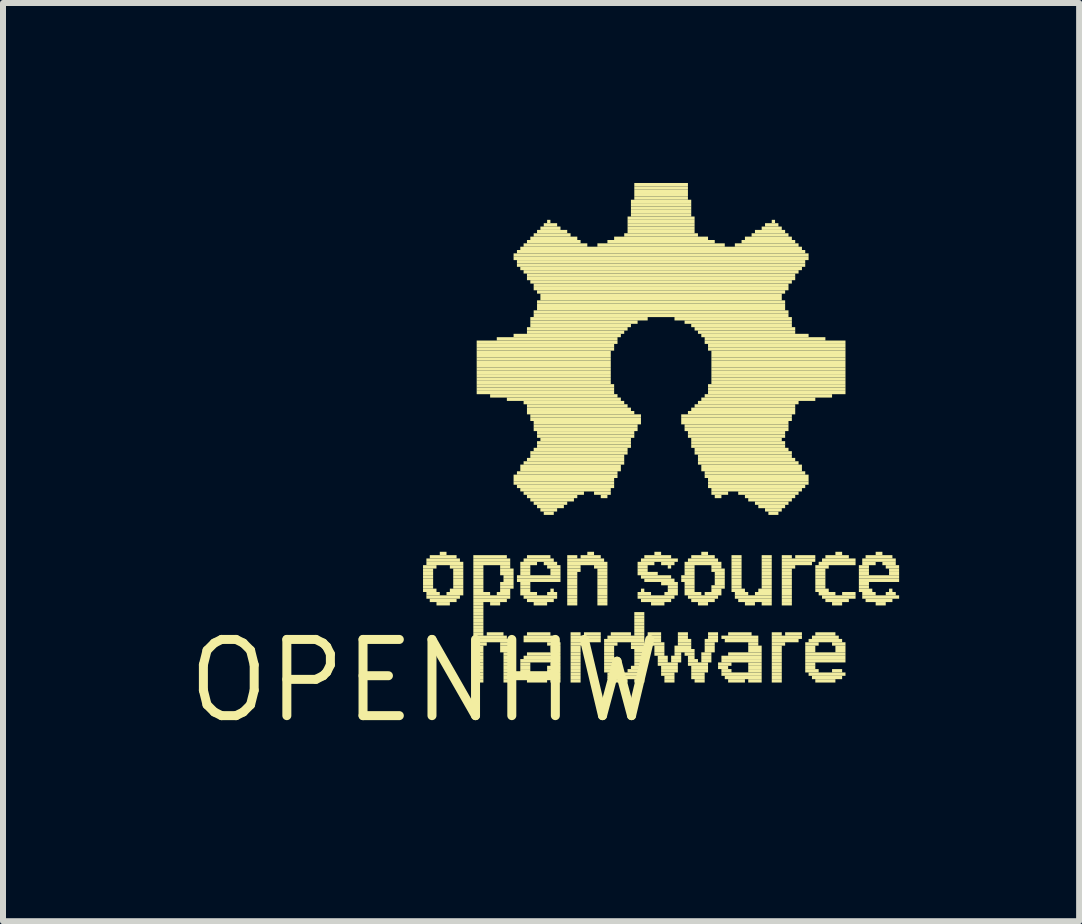
<source format=kicad_pcb>
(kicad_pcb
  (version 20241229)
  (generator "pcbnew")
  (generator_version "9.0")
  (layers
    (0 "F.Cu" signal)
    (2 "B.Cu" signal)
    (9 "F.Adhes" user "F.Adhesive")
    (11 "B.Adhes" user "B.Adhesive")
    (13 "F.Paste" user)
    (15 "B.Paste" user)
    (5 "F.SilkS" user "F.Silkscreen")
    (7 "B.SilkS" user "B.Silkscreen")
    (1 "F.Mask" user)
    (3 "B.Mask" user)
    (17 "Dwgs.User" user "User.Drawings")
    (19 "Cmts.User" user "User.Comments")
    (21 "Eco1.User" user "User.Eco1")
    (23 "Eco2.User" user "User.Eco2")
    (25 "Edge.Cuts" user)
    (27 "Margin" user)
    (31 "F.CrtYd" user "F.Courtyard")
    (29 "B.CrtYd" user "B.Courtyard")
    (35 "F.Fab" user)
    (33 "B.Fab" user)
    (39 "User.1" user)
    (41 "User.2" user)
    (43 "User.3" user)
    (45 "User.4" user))
  (footprint "OPENHW"
    (layer "F.Cu")
    (at 4.029 8.298)
    (property "Reference" "OPENHW" (at 0 0 0) (layer "F.SilkS") (effects (font (size 1.27 1.27) (thickness 0.15))))
    (fp_poly (pts (xy -0.028 -1.872) (xy 0.196 -1.872) (xy 0.196 -1.928) (xy -0.028 -1.928)) (stroke (width 0) (type default)) (fill yes) (layer "F.SilkS"))
    (fp_poly (pts (xy -0.028 -1.816) (xy 0.14 -1.816) (xy 0.14 -1.872) (xy -0.028 -1.872)) (stroke (width 0) (type default)) (fill yes) (layer "F.SilkS"))
    (fp_poly (pts (xy -0.028 -1.76) (xy 0.14 -1.76) (xy 0.14 -1.816) (xy -0.028 -1.816)) (stroke (width 0) (type default)) (fill yes) (layer "F.SilkS"))
    (fp_poly (pts (xy -0.028 -1.704) (xy 0.14 -1.704) (xy 0.14 -1.76) (xy -0.028 -1.76)) (stroke (width 0) (type default)) (fill yes) (layer "F.SilkS"))
    (fp_poly (pts (xy -0.028 -1.648) (xy 0.14 -1.648) (xy 0.14 -1.704) (xy -0.028 -1.704)) (stroke (width 0) (type default)) (fill yes) (layer "F.SilkS"))
    (fp_poly (pts (xy -0.028 -1.593) (xy 0.14 -1.593) (xy 0.14 -1.648) (xy -0.028 -1.648)) (stroke (width 0) (type default)) (fill yes) (layer "F.SilkS"))
    (fp_poly (pts (xy -0.028 -1.537) (xy 0.14 -1.537) (xy 0.14 -1.593) (xy -0.028 -1.593)) (stroke (width 0) (type default)) (fill yes) (layer "F.SilkS"))
    (fp_poly (pts (xy -0.028 -1.481) (xy 0.196 -1.481) (xy 0.196 -1.537) (xy -0.028 -1.537)) (stroke (width 0) (type default)) (fill yes) (layer "F.SilkS"))
    (fp_poly (pts (xy 0.028 -1.984) (xy 0.587 -1.984) (xy 0.587 -2.04) (xy 0.028 -2.04)) (stroke (width 0) (type default)) (fill yes) (layer "F.SilkS"))
    (fp_poly (pts (xy 0.028 -1.928) (xy 0.643 -1.928) (xy 0.643 -1.984) (xy 0.028 -1.984)) (stroke (width 0) (type default)) (fill yes) (layer "F.SilkS"))
    (fp_poly (pts (xy 0.028 -1.425) (xy 0.251 -1.425) (xy 0.251 -1.481) (xy 0.028 -1.481)) (stroke (width 0) (type default)) (fill yes) (layer "F.SilkS"))
    (fp_poly (pts (xy 0.028 -1.369) (xy 0.587 -1.369) (xy 0.587 -1.425) (xy 0.028 -1.425)) (stroke (width 0) (type default)) (fill yes) (layer "F.SilkS"))
    (fp_poly (pts (xy 0.084 -2.04) (xy 0.531 -2.04) (xy 0.531 -2.095) (xy 0.084 -2.095)) (stroke (width 0) (type default)) (fill yes) (layer "F.SilkS"))
    (fp_poly (pts (xy 0.084 -1.313) (xy 0.531 -1.313) (xy 0.531 -1.369) (xy 0.084 -1.369)) (stroke (width 0) (type default)) (fill yes) (layer "F.SilkS"))
    (fp_poly (pts (xy 0.196 -1.257) (xy 0.419 -1.257) (xy 0.419 -1.313) (xy 0.196 -1.313)) (stroke (width 0) (type default)) (fill yes) (layer "F.SilkS"))
    (fp_poly (pts (xy 0.251 -2.095) (xy 0.363 -2.095) (xy 0.363 -2.151) (xy 0.251 -2.151)) (stroke (width 0) (type default)) (fill yes) (layer "F.SilkS"))
    (fp_poly (pts (xy 0.363 -1.425) (xy 0.643 -1.425) (xy 0.643 -1.481) (xy 0.363 -1.481)) (stroke (width 0) (type default)) (fill yes) (layer "F.SilkS"))
    (fp_poly (pts (xy 0.419 -1.872) (xy 0.643 -1.872) (xy 0.643 -1.928) (xy 0.419 -1.928)) (stroke (width 0) (type default)) (fill yes) (layer "F.SilkS"))
    (fp_poly (pts (xy 0.419 -1.481) (xy 0.643 -1.481) (xy 0.643 -1.537) (xy 0.419 -1.537)) (stroke (width 0) (type default)) (fill yes) (layer "F.SilkS"))
    (fp_poly (pts (xy 0.475 -1.816) (xy 0.643 -1.816) (xy 0.643 -1.872) (xy 0.475 -1.872)) (stroke (width 0) (type default)) (fill yes) (layer "F.SilkS"))
    (fp_poly (pts (xy 0.475 -1.76) (xy 0.643 -1.76) (xy 0.643 -1.816) (xy 0.475 -1.816)) (stroke (width 0) (type default)) (fill yes) (layer "F.SilkS"))
    (fp_poly (pts (xy 0.475 -1.704) (xy 0.643 -1.704) (xy 0.643 -1.76) (xy 0.475 -1.76)) (stroke (width 0) (type default)) (fill yes) (layer "F.SilkS"))
    (fp_poly (pts (xy 0.475 -1.648) (xy 0.643 -1.648) (xy 0.643 -1.704) (xy 0.475 -1.704)) (stroke (width 0) (type default)) (fill yes) (layer "F.SilkS"))
    (fp_poly (pts (xy 0.475 -1.593) (xy 0.643 -1.593) (xy 0.643 -1.648) (xy 0.475 -1.648)) (stroke (width 0) (type default)) (fill yes) (layer "F.SilkS"))
    (fp_poly (pts (xy 0.475 -1.537) (xy 0.643 -1.537) (xy 0.643 -1.593) (xy 0.475 -1.593)) (stroke (width 0) (type default)) (fill yes) (layer "F.SilkS"))
    (fp_poly (pts (xy 0.81 -2.04) (xy 1.369 -2.04) (xy 1.369 -2.095) (xy 0.81 -2.095)) (stroke (width 0) (type default)) (fill yes) (layer "F.SilkS"))
    (fp_poly (pts (xy 0.81 -1.984) (xy 1.425 -1.984) (xy 1.425 -2.04) (xy 0.81 -2.04)) (stroke (width 0) (type default)) (fill yes) (layer "F.SilkS"))
    (fp_poly (pts (xy 0.81 -1.928) (xy 1.425 -1.928) (xy 1.425 -1.984) (xy 0.81 -1.984)) (stroke (width 0) (type default)) (fill yes) (layer "F.SilkS"))
    (fp_poly (pts (xy 0.81 -1.872) (xy 0.978 -1.872) (xy 0.978 -1.928) (xy 0.81 -1.928)) (stroke (width 0) (type default)) (fill yes) (layer "F.SilkS"))
    (fp_poly (pts (xy 0.81 -1.816) (xy 0.978 -1.816) (xy 0.978 -1.872) (xy 0.81 -1.872)) (stroke (width 0) (type default)) (fill yes) (layer "F.SilkS"))
    (fp_poly (pts (xy 0.81 -1.76) (xy 0.978 -1.76) (xy 0.978 -1.816) (xy 0.81 -1.816)) (stroke (width 0) (type default)) (fill yes) (layer "F.SilkS"))
    (fp_poly (pts (xy 0.81 -1.704) (xy 0.978 -1.704) (xy 0.978 -1.76) (xy 0.81 -1.76)) (stroke (width 0) (type default)) (fill yes) (layer "F.SilkS"))
    (fp_poly (pts (xy 0.81 -1.648) (xy 0.978 -1.648) (xy 0.978 -1.704) (xy 0.81 -1.704)) (stroke (width 0) (type default)) (fill yes) (layer "F.SilkS"))
    (fp_poly (pts (xy 0.81 -1.593) (xy 0.978 -1.593) (xy 0.978 -1.648) (xy 0.81 -1.648)) (stroke (width 0) (type default)) (fill yes) (layer "F.SilkS"))
    (fp_poly (pts (xy 0.81 -1.537) (xy 0.978 -1.537) (xy 0.978 -1.593) (xy 0.81 -1.593)) (stroke (width 0) (type default)) (fill yes) (layer "F.SilkS"))
    (fp_poly (pts (xy 0.81 -1.481) (xy 0.978 -1.481) (xy 0.978 -1.537) (xy 0.81 -1.537)) (stroke (width 0) (type default)) (fill yes) (layer "F.SilkS"))
    (fp_poly (pts (xy 0.81 -1.425) (xy 1.09 -1.425) (xy 1.09 -1.481) (xy 0.81 -1.481)) (stroke (width 0) (type default)) (fill yes) (layer "F.SilkS"))
    (fp_poly (pts (xy 0.81 -1.369) (xy 1.425 -1.369) (xy 1.425 -1.425) (xy 0.81 -1.425)) (stroke (width 0) (type default)) (fill yes) (layer "F.SilkS"))
    (fp_poly (pts (xy 0.81 -1.313) (xy 1.369 -1.313) (xy 1.369 -1.369) (xy 0.81 -1.369)) (stroke (width 0) (type default)) (fill yes) (layer "F.SilkS"))
    (fp_poly (pts (xy 0.81 -1.257) (xy 0.978 -1.257) (xy 0.978 -1.313) (xy 0.81 -1.313)) (stroke (width 0) (type default)) (fill yes) (layer "F.SilkS"))
    (fp_poly (pts (xy 0.81 -1.201) (xy 0.978 -1.201) (xy 0.978 -1.257) (xy 0.81 -1.257)) (stroke (width 0) (type default)) (fill yes) (layer "F.SilkS"))
    (fp_poly (pts (xy 0.81 -1.146) (xy 0.978 -1.146) (xy 0.978 -1.201) (xy 0.81 -1.201)) (stroke (width 0) (type default)) (fill yes) (layer "F.SilkS"))
    (fp_poly (pts (xy 0.81 -1.09) (xy 0.978 -1.09) (xy 0.978 -1.146) (xy 0.81 -1.146)) (stroke (width 0) (type default)) (fill yes) (layer "F.SilkS"))
    (fp_poly (pts (xy 0.81 -1.034) (xy 0.978 -1.034) (xy 0.978 -1.09) (xy 0.81 -1.09)) (stroke (width 0) (type default)) (fill yes) (layer "F.SilkS"))
    (fp_poly (pts (xy 0.81 -0.978) (xy 0.978 -0.978) (xy 0.978 -1.034) (xy 0.81 -1.034)) (stroke (width 0) (type default)) (fill yes) (layer "F.SilkS"))
    (fp_poly (pts (xy 0.81 -0.922) (xy 0.978 -0.922) (xy 0.978 -0.978) (xy 0.81 -0.978)) (stroke (width 0) (type default)) (fill yes) (layer "F.SilkS"))
    (fp_poly (pts (xy 0.81 -0.866) (xy 0.978 -0.866) (xy 0.978 -0.922) (xy 0.81 -0.922)) (stroke (width 0) (type default)) (fill yes) (layer "F.SilkS"))
    (fp_poly (pts (xy 0.81 -0.81) (xy 0.978 -0.81) (xy 0.978 -0.866) (xy 0.81 -0.866)) (stroke (width 0) (type default)) (fill yes) (layer "F.SilkS"))
    (fp_poly (pts (xy 0.81 -0.754) (xy 0.978 -0.754) (xy 0.978 -0.81) (xy 0.81 -0.81)) (stroke (width 0) (type default)) (fill yes) (layer "F.SilkS"))
    (fp_poly (pts (xy 0.81 -0.699) (xy 1.369 -0.699) (xy 1.369 -0.754) (xy 0.81 -0.754)) (stroke (width 0) (type default)) (fill yes) (layer "F.SilkS"))
    (fp_poly (pts (xy 0.81 -0.643) (xy 1.425 -0.643) (xy 1.425 -0.699) (xy 0.81 -0.699)) (stroke (width 0) (type default)) (fill yes) (layer "F.SilkS"))
    (fp_poly (pts (xy 0.81 -0.587) (xy 1.034 -0.587) (xy 1.034 -0.643) (xy 0.81 -0.643)) (stroke (width 0) (type default)) (fill yes) (layer "F.SilkS"))
    (fp_poly (pts (xy 0.81 -0.531) (xy 0.978 -0.531) (xy 0.978 -0.587) (xy 0.81 -0.587)) (stroke (width 0) (type default)) (fill yes) (layer "F.SilkS"))
    (fp_poly (pts (xy 0.81 -0.475) (xy 0.978 -0.475) (xy 0.978 -0.531) (xy 0.81 -0.531)) (stroke (width 0) (type default)) (fill yes) (layer "F.SilkS"))
    (fp_poly (pts (xy 0.81 -0.419) (xy 0.978 -0.419) (xy 0.978 -0.475) (xy 0.81 -0.475)) (stroke (width 0) (type default)) (fill yes) (layer "F.SilkS"))
    (fp_poly (pts (xy 0.81 -0.363) (xy 0.978 -0.363) (xy 0.978 -0.419) (xy 0.81 -0.419)) (stroke (width 0) (type default)) (fill yes) (layer "F.SilkS"))
    (fp_poly (pts (xy 0.81 -0.307) (xy 0.978 -0.307) (xy 0.978 -0.363) (xy 0.81 -0.363)) (stroke (width 0) (type default)) (fill yes) (layer "F.SilkS"))
    (fp_poly (pts (xy 0.81 -0.251) (xy 0.978 -0.251) (xy 0.978 -0.307) (xy 0.81 -0.307)) (stroke (width 0) (type default)) (fill yes) (layer "F.SilkS"))
    (fp_poly (pts (xy 0.81 -0.196) (xy 0.978 -0.196) (xy 0.978 -0.251) (xy 0.81 -0.251)) (stroke (width 0) (type default)) (fill yes) (layer "F.SilkS"))
    (fp_poly (pts (xy 0.81 -0.14) (xy 0.978 -0.14) (xy 0.978 -0.196) (xy 0.81 -0.196)) (stroke (width 0) (type default)) (fill yes) (layer "F.SilkS"))
    (fp_poly (pts (xy 0.81 -0.084) (xy 0.978 -0.084) (xy 0.978 -0.14) (xy 0.81 -0.14)) (stroke (width 0) (type default)) (fill yes) (layer "F.SilkS"))
    (fp_poly (pts (xy 0.81 -0.028) (xy 0.978 -0.028) (xy 0.978 -0.084) (xy 0.81 -0.084)) (stroke (width 0) (type default)) (fill yes) (layer "F.SilkS"))
    (fp_poly (pts (xy 0.81 0.028) (xy 0.978 0.028) (xy 0.978 -0.028) (xy 0.81 -0.028)) (stroke (width 0) (type default)) (fill yes) (layer "F.SilkS"))
    (fp_poly (pts (xy 0.866 -5.616) (xy 3.213 -5.616) (xy 3.213 -5.672) (xy 0.866 -5.672)) (stroke (width 0) (type default)) (fill yes) (layer "F.SilkS"))
    (fp_poly (pts (xy 0.866 -5.56) (xy 3.157 -5.56) (xy 3.157 -5.616) (xy 0.866 -5.616)) (stroke (width 0) (type default)) (fill yes) (layer "F.SilkS"))
    (fp_poly (pts (xy 0.866 -5.504) (xy 3.157 -5.504) (xy 3.157 -5.56) (xy 0.866 -5.56)) (stroke (width 0) (type default)) (fill yes) (layer "F.SilkS"))
    (fp_poly (pts (xy 0.866 -5.448) (xy 3.101 -5.448) (xy 3.101 -5.504) (xy 0.866 -5.504)) (stroke (width 0) (type default)) (fill yes) (layer "F.SilkS"))
    (fp_poly (pts (xy 0.866 -5.392) (xy 3.101 -5.392) (xy 3.101 -5.448) (xy 0.866 -5.448)) (stroke (width 0) (type default)) (fill yes) (layer "F.SilkS"))
    (fp_poly (pts (xy 0.866 -5.337) (xy 3.101 -5.337) (xy 3.101 -5.392) (xy 0.866 -5.392)) (stroke (width 0) (type default)) (fill yes) (layer "F.SilkS"))
    (fp_poly (pts (xy 0.866 -5.281) (xy 3.101 -5.281) (xy 3.101 -5.337) (xy 0.866 -5.337)) (stroke (width 0) (type default)) (fill yes) (layer "F.SilkS"))
    (fp_poly (pts (xy 0.866 -5.225) (xy 3.101 -5.225) (xy 3.101 -5.281) (xy 0.866 -5.281)) (stroke (width 0) (type default)) (fill yes) (layer "F.SilkS"))
    (fp_poly (pts (xy 0.866 -5.169) (xy 3.101 -5.169) (xy 3.101 -5.225) (xy 0.866 -5.225)) (stroke (width 0) (type default)) (fill yes) (layer "F.SilkS"))
    (fp_poly (pts (xy 0.866 -5.113) (xy 3.101 -5.113) (xy 3.101 -5.169) (xy 0.866 -5.169)) (stroke (width 0) (type default)) (fill yes) (layer "F.SilkS"))
    (fp_poly (pts (xy 0.866 -5.057) (xy 3.101 -5.057) (xy 3.101 -5.113) (xy 0.866 -5.113)) (stroke (width 0) (type default)) (fill yes) (layer "F.SilkS"))
    (fp_poly (pts (xy 0.866 -5.001) (xy 3.101 -5.001) (xy 3.101 -5.057) (xy 0.866 -5.057)) (stroke (width 0) (type default)) (fill yes) (layer "F.SilkS"))
    (fp_poly (pts (xy 0.866 -4.945) (xy 3.101 -4.945) (xy 3.101 -5.001) (xy 0.866 -5.001)) (stroke (width 0) (type default)) (fill yes) (layer "F.SilkS"))
    (fp_poly (pts (xy 0.866 -4.889) (xy 3.157 -4.889) (xy 3.157 -4.945) (xy 0.866 -4.945)) (stroke (width 0) (type default)) (fill yes) (layer "F.SilkS"))
    (fp_poly (pts (xy 0.866 -4.834) (xy 3.157 -4.834) (xy 3.157 -4.889) (xy 0.866 -4.889)) (stroke (width 0) (type default)) (fill yes) (layer "F.SilkS"))
    (fp_poly (pts (xy 0.866 -4.778) (xy 3.157 -4.778) (xy 3.157 -4.834) (xy 0.866 -4.834)) (stroke (width 0) (type default)) (fill yes) (layer "F.SilkS"))
    (fp_poly (pts (xy 1.034 -0.754) (xy 1.313 -0.754) (xy 1.313 -0.81) (xy 1.034 -0.81)) (stroke (width 0) (type default)) (fill yes) (layer "F.SilkS"))
    (fp_poly (pts (xy 1.09 -4.722) (xy 3.213 -4.722) (xy 3.213 -4.778) (xy 1.09 -4.778)) (stroke (width 0) (type default)) (fill yes) (layer "F.SilkS"))
    (fp_poly (pts (xy 1.09 -1.257) (xy 1.257 -1.257) (xy 1.257 -1.313) (xy 1.09 -1.313)) (stroke (width 0) (type default)) (fill yes) (layer "F.SilkS"))
    (fp_poly (pts (xy 1.201 -5.672) (xy 3.213 -5.672) (xy 3.213 -5.728) (xy 1.201 -5.728)) (stroke (width 0) (type default)) (fill yes) (layer "F.SilkS"))
    (fp_poly (pts (xy 1.201 -1.425) (xy 1.425 -1.425) (xy 1.425 -1.481) (xy 1.201 -1.481)) (stroke (width 0) (type default)) (fill yes) (layer "F.SilkS"))
    (fp_poly (pts (xy 1.257 -1.872) (xy 1.425 -1.872) (xy 1.425 -1.928) (xy 1.257 -1.928)) (stroke (width 0) (type default)) (fill yes) (layer "F.SilkS"))
    (fp_poly (pts (xy 1.257 -1.816) (xy 1.481 -1.816) (xy 1.481 -1.872) (xy 1.257 -1.872)) (stroke (width 0) (type default)) (fill yes) (layer "F.SilkS"))
    (fp_poly (pts (xy 1.257 -1.76) (xy 1.481 -1.76) (xy 1.481 -1.816) (xy 1.257 -1.816)) (stroke (width 0) (type default)) (fill yes) (layer "F.SilkS"))
    (fp_poly (pts (xy 1.257 -1.593) (xy 1.481 -1.593) (xy 1.481 -1.648) (xy 1.257 -1.648)) (stroke (width 0) (type default)) (fill yes) (layer "F.SilkS"))
    (fp_poly (pts (xy 1.257 -1.537) (xy 1.481 -1.537) (xy 1.481 -1.593) (xy 1.257 -1.593)) (stroke (width 0) (type default)) (fill yes) (layer "F.SilkS"))
    (fp_poly (pts (xy 1.257 -1.481) (xy 1.425 -1.481) (xy 1.425 -1.537) (xy 1.257 -1.537)) (stroke (width 0) (type default)) (fill yes) (layer "F.SilkS"))
    (fp_poly (pts (xy 1.257 -0.587) (xy 1.425 -0.587) (xy 1.425 -0.643) (xy 1.257 -0.643)) (stroke (width 0) (type default)) (fill yes) (layer "F.SilkS"))
    (fp_poly (pts (xy 1.257 -0.531) (xy 1.481 -0.531) (xy 1.481 -0.587) (xy 1.257 -0.587)) (stroke (width 0) (type default)) (fill yes) (layer "F.SilkS"))
    (fp_poly (pts (xy 1.257 -0.475) (xy 1.481 -0.475) (xy 1.481 -0.531) (xy 1.257 -0.531)) (stroke (width 0) (type default)) (fill yes) (layer "F.SilkS"))
    (fp_poly (pts (xy 1.313 -1.704) (xy 1.481 -1.704) (xy 1.481 -1.76) (xy 1.313 -1.76)) (stroke (width 0) (type default)) (fill yes) (layer "F.SilkS"))
    (fp_poly (pts (xy 1.313 -1.648) (xy 1.481 -1.648) (xy 1.481 -1.704) (xy 1.313 -1.704)) (stroke (width 0) (type default)) (fill yes) (layer "F.SilkS"))
    (fp_poly (pts (xy 1.313 -0.419) (xy 1.481 -0.419) (xy 1.481 -0.475) (xy 1.313 -0.475)) (stroke (width 0) (type default)) (fill yes) (layer "F.SilkS"))
    (fp_poly (pts (xy 1.313 -0.363) (xy 1.481 -0.363) (xy 1.481 -0.419) (xy 1.313 -0.419)) (stroke (width 0) (type default)) (fill yes) (layer "F.SilkS"))
    (fp_poly (pts (xy 1.313 -0.307) (xy 1.481 -0.307) (xy 1.481 -0.363) (xy 1.313 -0.363)) (stroke (width 0) (type default)) (fill yes) (layer "F.SilkS"))
    (fp_poly (pts (xy 1.313 -0.251) (xy 1.481 -0.251) (xy 1.481 -0.307) (xy 1.313 -0.307)) (stroke (width 0) (type default)) (fill yes) (layer "F.SilkS"))
    (fp_poly (pts (xy 1.313 -0.196) (xy 1.481 -0.196) (xy 1.481 -0.251) (xy 1.313 -0.251)) (stroke (width 0) (type default)) (fill yes) (layer "F.SilkS"))
    (fp_poly (pts (xy 1.313 -0.14) (xy 1.481 -0.14) (xy 1.481 -0.196) (xy 1.313 -0.196)) (stroke (width 0) (type default)) (fill yes) (layer "F.SilkS"))
    (fp_poly (pts (xy 1.313 -0.084) (xy 1.481 -0.084) (xy 1.481 -0.14) (xy 1.313 -0.14)) (stroke (width 0) (type default)) (fill yes) (layer "F.SilkS"))
    (fp_poly (pts (xy 1.313 -0.028) (xy 1.481 -0.028) (xy 1.481 -0.084) (xy 1.313 -0.084)) (stroke (width 0) (type default)) (fill yes) (layer "F.SilkS"))
    (fp_poly (pts (xy 1.313 0.028) (xy 1.481 0.028) (xy 1.481 -0.028) (xy 1.313 -0.028)) (stroke (width 0) (type default)) (fill yes) (layer "F.SilkS"))
    (fp_poly (pts (xy 1.369 -4.666) (xy 3.269 -4.666) (xy 3.269 -4.722) (xy 1.369 -4.722)) (stroke (width 0) (type default)) (fill yes) (layer "F.SilkS"))
    (fp_poly (pts (xy 1.481 -7.069) (xy 6.398 -7.069) (xy 6.398 -7.125) (xy 1.481 -7.125)) (stroke (width 0) (type default)) (fill yes) (layer "F.SilkS"))
    (fp_poly (pts (xy 1.481 -7.013) (xy 6.398 -7.013) (xy 6.398 -7.069) (xy 1.481 -7.069)) (stroke (width 0) (type default)) (fill yes) (layer "F.SilkS"))
    (fp_poly (pts (xy 1.481 -5.728) (xy 3.269 -5.728) (xy 3.269 -5.784) (xy 1.481 -5.784)) (stroke (width 0) (type default)) (fill yes) (layer "F.SilkS"))
    (fp_poly (pts (xy 1.481 -3.381) (xy 3.213 -3.381) (xy 3.213 -3.437) (xy 1.481 -3.437)) (stroke (width 0) (type default)) (fill yes) (layer "F.SilkS"))
    (fp_poly (pts (xy 1.481 -3.325) (xy 3.157 -3.325) (xy 3.157 -3.381) (xy 1.481 -3.381)) (stroke (width 0) (type default)) (fill yes) (layer "F.SilkS"))
    (fp_poly (pts (xy 1.481 -3.269) (xy 3.157 -3.269) (xy 3.157 -3.325) (xy 1.481 -3.325)) (stroke (width 0) (type default)) (fill yes) (layer "F.SilkS"))
    (fp_poly (pts (xy 1.537 -7.125) (xy 6.342 -7.125) (xy 6.342 -7.181) (xy 1.537 -7.181)) (stroke (width 0) (type default)) (fill yes) (layer "F.SilkS"))
    (fp_poly (pts (xy 1.537 -6.957) (xy 6.342 -6.957) (xy 6.342 -7.013) (xy 1.537 -7.013)) (stroke (width 0) (type default)) (fill yes) (layer "F.SilkS"))
    (fp_poly (pts (xy 1.537 -6.901) (xy 6.342 -6.901) (xy 6.342 -6.957) (xy 1.537 -6.957)) (stroke (width 0) (type default)) (fill yes) (layer "F.SilkS"))
    (fp_poly (pts (xy 1.537 -3.437) (xy 3.213 -3.437) (xy 3.213 -3.493) (xy 1.537 -3.493)) (stroke (width 0) (type default)) (fill yes) (layer "F.SilkS"))
    (fp_poly (pts (xy 1.537 -3.213) (xy 3.157 -3.213) (xy 3.157 -3.269) (xy 1.537 -3.269)) (stroke (width 0) (type default)) (fill yes) (layer "F.SilkS"))
    (fp_poly (pts (xy 1.537 -1.704) (xy 2.263 -1.704) (xy 2.263 -1.76) (xy 1.537 -1.76)) (stroke (width 0) (type default)) (fill yes) (layer "F.SilkS"))
    (fp_poly (pts (xy 1.537 -1.648) (xy 2.263 -1.648) (xy 2.263 -1.704) (xy 1.537 -1.704)) (stroke (width 0) (type default)) (fill yes) (layer "F.SilkS"))
    (fp_poly (pts (xy 1.593 -7.181) (xy 6.287 -7.181) (xy 6.287 -7.236) (xy 1.593 -7.236)) (stroke (width 0) (type default)) (fill yes) (layer "F.SilkS"))
    (fp_poly (pts (xy 1.593 -6.845) (xy 6.287 -6.845) (xy 6.287 -6.901) (xy 1.593 -6.901)) (stroke (width 0) (type default)) (fill yes) (layer "F.SilkS"))
    (fp_poly (pts (xy 1.593 -3.548) (xy 3.269 -3.548) (xy 3.269 -3.604) (xy 1.593 -3.604)) (stroke (width 0) (type default)) (fill yes) (layer "F.SilkS"))
    (fp_poly (pts (xy 1.593 -3.493) (xy 3.269 -3.493) (xy 3.269 -3.548) (xy 1.593 -3.548)) (stroke (width 0) (type default)) (fill yes) (layer "F.SilkS"))
    (fp_poly (pts (xy 1.593 -3.157) (xy 3.101 -3.157) (xy 3.101 -3.213) (xy 1.593 -3.213)) (stroke (width 0) (type default)) (fill yes) (layer "F.SilkS"))
    (fp_poly (pts (xy 1.593 -1.928) (xy 1.872 -1.928) (xy 1.872 -1.984) (xy 1.593 -1.984)) (stroke (width 0) (type default)) (fill yes) (layer "F.SilkS"))
    (fp_poly (pts (xy 1.593 -1.872) (xy 1.76 -1.872) (xy 1.76 -1.928) (xy 1.593 -1.928)) (stroke (width 0) (type default)) (fill yes) (layer "F.SilkS"))
    (fp_poly (pts (xy 1.593 -1.816) (xy 1.76 -1.816) (xy 1.76 -1.872) (xy 1.593 -1.872)) (stroke (width 0) (type default)) (fill yes) (layer "F.SilkS"))
    (fp_poly (pts (xy 1.593 -1.76) (xy 1.76 -1.76) (xy 1.76 -1.816) (xy 1.593 -1.816)) (stroke (width 0) (type default)) (fill yes) (layer "F.SilkS"))
    (fp_poly (pts (xy 1.593 -1.593) (xy 1.76 -1.593) (xy 1.76 -1.648) (xy 1.593 -1.648)) (stroke (width 0) (type default)) (fill yes) (layer "F.SilkS"))
    (fp_poly (pts (xy 1.593 -1.537) (xy 1.76 -1.537) (xy 1.76 -1.593) (xy 1.593 -1.593)) (stroke (width 0) (type default)) (fill yes) (layer "F.SilkS"))
    (fp_poly (pts (xy 1.593 -1.481) (xy 1.76 -1.481) (xy 1.76 -1.537) (xy 1.593 -1.537)) (stroke (width 0) (type default)) (fill yes) (layer "F.SilkS"))
    (fp_poly (pts (xy 1.593 -1.425) (xy 1.872 -1.425) (xy 1.872 -1.481) (xy 1.593 -1.481)) (stroke (width 0) (type default)) (fill yes) (layer "F.SilkS"))
    (fp_poly (pts (xy 1.593 -0.307) (xy 2.263 -0.307) (xy 2.263 -0.363) (xy 1.593 -0.363)) (stroke (width 0) (type default)) (fill yes) (layer "F.SilkS"))
    (fp_poly (pts (xy 1.593 -0.251) (xy 1.76 -0.251) (xy 1.76 -0.307) (xy 1.593 -0.307)) (stroke (width 0) (type default)) (fill yes) (layer "F.SilkS"))
    (fp_poly (pts (xy 1.593 -0.196) (xy 1.76 -0.196) (xy 1.76 -0.251) (xy 1.593 -0.251)) (stroke (width 0) (type default)) (fill yes) (layer "F.SilkS"))
    (fp_poly (pts (xy 1.593 -0.14) (xy 1.76 -0.14) (xy 1.76 -0.196) (xy 1.593 -0.196)) (stroke (width 0) (type default)) (fill yes) (layer "F.SilkS"))
    (fp_poly (pts (xy 1.593 -0.084) (xy 2.263 -0.084) (xy 2.263 -0.14) (xy 1.593 -0.14)) (stroke (width 0) (type default)) (fill yes) (layer "F.SilkS"))
    (fp_poly (pts (xy 1.648 -7.236) (xy 2.71 -7.236) (xy 2.71 -7.292) (xy 1.648 -7.292)) (stroke (width 0) (type default)) (fill yes) (layer "F.SilkS"))
    (fp_poly (pts (xy 1.648 -6.789) (xy 6.231 -6.789) (xy 6.231 -6.845) (xy 1.648 -6.845)) (stroke (width 0) (type default)) (fill yes) (layer "F.SilkS"))
    (fp_poly (pts (xy 1.648 -4.61) (xy 3.325 -4.61) (xy 3.325 -4.666) (xy 1.648 -4.666)) (stroke (width 0) (type default)) (fill yes) (layer "F.SilkS"))
    (fp_poly (pts (xy 1.648 -3.604) (xy 3.325 -3.604) (xy 3.325 -3.66) (xy 1.648 -3.66)) (stroke (width 0) (type default)) (fill yes) (layer "F.SilkS"))
    (fp_poly (pts (xy 1.648 -3.101) (xy 2.654 -3.101) (xy 2.654 -3.157) (xy 1.648 -3.157)) (stroke (width 0) (type default)) (fill yes) (layer "F.SilkS"))
    (fp_poly (pts (xy 1.648 -1.984) (xy 2.151 -1.984) (xy 2.151 -2.04) (xy 1.648 -2.04)) (stroke (width 0) (type default)) (fill yes) (layer "F.SilkS"))
    (fp_poly (pts (xy 1.648 -1.369) (xy 2.207 -1.369) (xy 2.207 -1.425) (xy 1.648 -1.425)) (stroke (width 0) (type default)) (fill yes) (layer "F.SilkS"))
    (fp_poly (pts (xy 1.648 -0.699) (xy 2.207 -0.699) (xy 2.207 -0.754) (xy 1.648 -0.754)) (stroke (width 0) (type default)) (fill yes) (layer "F.SilkS"))
    (fp_poly (pts (xy 1.648 -0.643) (xy 2.207 -0.643) (xy 2.207 -0.699) (xy 1.648 -0.699)) (stroke (width 0) (type default)) (fill yes) (layer "F.SilkS"))
    (fp_poly (pts (xy 1.648 -0.363) (xy 2.263 -0.363) (xy 2.263 -0.419) (xy 1.648 -0.419)) (stroke (width 0) (type default)) (fill yes) (layer "F.SilkS"))
    (fp_poly (pts (xy 1.648 -0.028) (xy 2.263 -0.028) (xy 2.263 -0.084) (xy 1.648 -0.084)) (stroke (width 0) (type default)) (fill yes) (layer "F.SilkS"))
    (fp_poly (pts (xy 1.704 -7.292) (xy 2.598 -7.292) (xy 2.598 -7.348) (xy 1.704 -7.348)) (stroke (width 0) (type default)) (fill yes) (layer "F.SilkS"))
    (fp_poly (pts (xy 1.704 -6.734) (xy 6.175 -6.734) (xy 6.175 -6.789) (xy 1.704 -6.789)) (stroke (width 0) (type default)) (fill yes) (layer "F.SilkS"))
    (fp_poly (pts (xy 1.704 -6.678) (xy 6.175 -6.678) (xy 6.175 -6.734) (xy 1.704 -6.734)) (stroke (width 0) (type default)) (fill yes) (layer "F.SilkS"))
    (fp_poly (pts (xy 1.704 -5.839) (xy 3.381 -5.839) (xy 3.381 -5.895) (xy 1.704 -5.895)) (stroke (width 0) (type default)) (fill yes) (layer "F.SilkS"))
    (fp_poly (pts (xy 1.704 -5.784) (xy 3.325 -5.784) (xy 3.325 -5.839) (xy 1.704 -5.839)) (stroke (width 0) (type default)) (fill yes) (layer "F.SilkS"))
    (fp_poly (pts (xy 1.704 -4.554) (xy 3.381 -4.554) (xy 3.381 -4.61) (xy 1.704 -4.61)) (stroke (width 0) (type default)) (fill yes) (layer "F.SilkS"))
    (fp_poly (pts (xy 1.704 -4.498) (xy 3.437 -4.498) (xy 3.437 -4.554) (xy 1.704 -4.554)) (stroke (width 0) (type default)) (fill yes) (layer "F.SilkS"))
    (fp_poly (pts (xy 1.704 -4.442) (xy 3.493 -4.442) (xy 3.493 -4.498) (xy 1.704 -4.498)) (stroke (width 0) (type default)) (fill yes) (layer "F.SilkS"))
    (fp_poly (pts (xy 1.704 -3.66) (xy 3.325 -3.66) (xy 3.325 -3.716) (xy 1.704 -3.716)) (stroke (width 0) (type default)) (fill yes) (layer "F.SilkS"))
    (fp_poly (pts (xy 1.704 -3.045) (xy 2.543 -3.045) (xy 2.543 -3.101) (xy 1.704 -3.101)) (stroke (width 0) (type default)) (fill yes) (layer "F.SilkS"))
    (fp_poly (pts (xy 1.704 -2.04) (xy 2.095 -2.04) (xy 2.095 -2.095) (xy 1.704 -2.095)) (stroke (width 0) (type default)) (fill yes) (layer "F.SilkS"))
    (fp_poly (pts (xy 1.704 -1.313) (xy 2.151 -1.313) (xy 2.151 -1.369) (xy 1.704 -1.369)) (stroke (width 0) (type default)) (fill yes) (layer "F.SilkS"))
    (fp_poly (pts (xy 1.704 -0.754) (xy 2.095 -0.754) (xy 2.095 -0.81) (xy 1.704 -0.81)) (stroke (width 0) (type default)) (fill yes) (layer "F.SilkS"))
    (fp_poly (pts (xy 1.704 -0.419) (xy 2.263 -0.419) (xy 2.263 -0.475) (xy 1.704 -0.475)) (stroke (width 0) (type default)) (fill yes) (layer "F.SilkS"))
    (fp_poly (pts (xy 1.704 0.028) (xy 2.04 0.028) (xy 2.04 -0.028) (xy 1.704 -0.028)) (stroke (width 0) (type default)) (fill yes) (layer "F.SilkS"))
    (fp_poly (pts (xy 1.76 -7.348) (xy 2.543 -7.348) (xy 2.543 -7.404) (xy 1.76 -7.404)) (stroke (width 0) (type default)) (fill yes) (layer "F.SilkS"))
    (fp_poly (pts (xy 1.76 -6.622) (xy 6.119 -6.622) (xy 6.119 -6.678) (xy 1.76 -6.678)) (stroke (width 0) (type default)) (fill yes) (layer "F.SilkS"))
    (fp_poly (pts (xy 1.76 -6.007) (xy 3.716 -6.007) (xy 3.716 -6.063) (xy 1.76 -6.063)) (stroke (width 0) (type default)) (fill yes) (layer "F.SilkS"))
    (fp_poly (pts (xy 1.76 -5.951) (xy 3.548 -5.951) (xy 3.548 -6.007) (xy 1.76 -6.007)) (stroke (width 0) (type default)) (fill yes) (layer "F.SilkS"))
    (fp_poly (pts (xy 1.76 -5.895) (xy 3.437 -5.895) (xy 3.437 -5.951) (xy 1.76 -5.951)) (stroke (width 0) (type default)) (fill yes) (layer "F.SilkS"))
    (fp_poly (pts (xy 1.76 -4.387) (xy 3.604 -4.387) (xy 3.604 -4.442) (xy 1.76 -4.442)) (stroke (width 0) (type default)) (fill yes) (layer "F.SilkS"))
    (fp_poly (pts (xy 1.76 -4.331) (xy 3.604 -4.331) (xy 3.604 -4.387) (xy 1.76 -4.387)) (stroke (width 0) (type default)) (fill yes) (layer "F.SilkS"))
    (fp_poly (pts (xy 1.76 -3.772) (xy 3.381 -3.772) (xy 3.381 -3.828) (xy 1.76 -3.828)) (stroke (width 0) (type default)) (fill yes) (layer "F.SilkS"))
    (fp_poly (pts (xy 1.76 -3.716) (xy 3.325 -3.716) (xy 3.325 -3.772) (xy 1.76 -3.772)) (stroke (width 0) (type default)) (fill yes) (layer "F.SilkS"))
    (fp_poly (pts (xy 1.76 -2.99) (xy 2.487 -2.99) (xy 2.487 -3.045) (xy 1.76 -3.045)) (stroke (width 0) (type default)) (fill yes) (layer "F.SilkS"))
    (fp_poly (pts (xy 1.816 -7.404) (xy 2.431 -7.404) (xy 2.431 -7.46) (xy 1.816 -7.46)) (stroke (width 0) (type default)) (fill yes) (layer "F.SilkS"))
    (fp_poly (pts (xy 1.816 -6.566) (xy 6.063 -6.566) (xy 6.063 -6.622) (xy 1.816 -6.622)) (stroke (width 0) (type default)) (fill yes) (layer "F.SilkS"))
    (fp_poly (pts (xy 1.816 -6.51) (xy 6.063 -6.51) (xy 6.063 -6.566) (xy 1.816 -6.566)) (stroke (width 0) (type default)) (fill yes) (layer "F.SilkS"))
    (fp_poly (pts (xy 1.816 -6.119) (xy 6.063 -6.119) (xy 6.063 -6.175) (xy 1.816 -6.175)) (stroke (width 0) (type default)) (fill yes) (layer "F.SilkS"))
    (fp_poly (pts (xy 1.816 -6.063) (xy 6.063 -6.063) (xy 6.063 -6.119) (xy 1.816 -6.119)) (stroke (width 0) (type default)) (fill yes) (layer "F.SilkS"))
    (fp_poly (pts (xy 1.816 -4.275) (xy 3.604 -4.275) (xy 3.604 -4.331) (xy 1.816 -4.331)) (stroke (width 0) (type default)) (fill yes) (layer "F.SilkS"))
    (fp_poly (pts (xy 1.816 -4.219) (xy 3.548 -4.219) (xy 3.548 -4.275) (xy 1.816 -4.275)) (stroke (width 0) (type default)) (fill yes) (layer "F.SilkS"))
    (fp_poly (pts (xy 1.816 -4.163) (xy 3.548 -4.163) (xy 3.548 -4.219) (xy 1.816 -4.219)) (stroke (width 0) (type default)) (fill yes) (layer "F.SilkS"))
    (fp_poly (pts (xy 1.816 -3.828) (xy 3.381 -3.828) (xy 3.381 -3.884) (xy 1.816 -3.884)) (stroke (width 0) (type default)) (fill yes) (layer "F.SilkS"))
    (fp_poly (pts (xy 1.816 -2.934) (xy 2.375 -2.934) (xy 2.375 -2.99) (xy 1.816 -2.99)) (stroke (width 0) (type default)) (fill yes) (layer "F.SilkS"))
    (fp_poly (pts (xy 1.816 -1.257) (xy 2.04 -1.257) (xy 2.04 -1.313) (xy 1.816 -1.313)) (stroke (width 0) (type default)) (fill yes) (layer "F.SilkS"))
    (fp_poly (pts (xy 1.872 -7.46) (xy 2.375 -7.46) (xy 2.375 -7.516) (xy 1.872 -7.516)) (stroke (width 0) (type default)) (fill yes) (layer "F.SilkS"))
    (fp_poly (pts (xy 1.872 -6.454) (xy 6.007 -6.454) (xy 6.007 -6.51) (xy 1.872 -6.51)) (stroke (width 0) (type default)) (fill yes) (layer "F.SilkS"))
    (fp_poly (pts (xy 1.872 -6.287) (xy 6.007 -6.287) (xy 6.007 -6.342) (xy 1.872 -6.342)) (stroke (width 0) (type default)) (fill yes) (layer "F.SilkS"))
    (fp_poly (pts (xy 1.872 -6.231) (xy 6.007 -6.231) (xy 6.007 -6.287) (xy 1.872 -6.287)) (stroke (width 0) (type default)) (fill yes) (layer "F.SilkS"))
    (fp_poly (pts (xy 1.872 -6.175) (xy 6.007 -6.175) (xy 6.007 -6.231) (xy 1.872 -6.231)) (stroke (width 0) (type default)) (fill yes) (layer "F.SilkS"))
    (fp_poly (pts (xy 1.872 -4.107) (xy 3.493 -4.107) (xy 3.493 -4.163) (xy 1.872 -4.163)) (stroke (width 0) (type default)) (fill yes) (layer "F.SilkS"))
    (fp_poly (pts (xy 1.872 -4.051) (xy 3.493 -4.051) (xy 3.493 -4.107) (xy 1.872 -4.107)) (stroke (width 0) (type default)) (fill yes) (layer "F.SilkS"))
    (fp_poly (pts (xy 1.872 -3.94) (xy 3.437 -3.94) (xy 3.437 -3.995) (xy 1.872 -3.995)) (stroke (width 0) (type default)) (fill yes) (layer "F.SilkS"))
    (fp_poly (pts (xy 1.872 -3.884) (xy 3.437 -3.884) (xy 3.437 -3.94) (xy 1.872 -3.94)) (stroke (width 0) (type default)) (fill yes) (layer "F.SilkS"))
    (fp_poly (pts (xy 1.872 -2.878) (xy 2.319 -2.878) (xy 2.319 -2.934) (xy 1.872 -2.934)) (stroke (width 0) (type default)) (fill yes) (layer "F.SilkS"))
    (fp_poly (pts (xy 1.928 -7.516) (xy 2.263 -7.516) (xy 2.263 -7.572) (xy 1.928 -7.572)) (stroke (width 0) (type default)) (fill yes) (layer "F.SilkS"))
    (fp_poly (pts (xy 1.928 -6.398) (xy 5.951 -6.398) (xy 5.951 -6.454) (xy 1.928 -6.454)) (stroke (width 0) (type default)) (fill yes) (layer "F.SilkS"))
    (fp_poly (pts (xy 1.928 -6.342) (xy 5.951 -6.342) (xy 5.951 -6.398) (xy 1.928 -6.398)) (stroke (width 0) (type default)) (fill yes) (layer "F.SilkS"))
    (fp_poly (pts (xy 1.928 -3.995) (xy 3.437 -3.995) (xy 3.437 -4.051) (xy 1.928 -4.051)) (stroke (width 0) (type default)) (fill yes) (layer "F.SilkS"))
    (fp_poly (pts (xy 1.928 -2.822) (xy 2.207 -2.822) (xy 2.207 -2.878) (xy 1.928 -2.878)) (stroke (width 0) (type default)) (fill yes) (layer "F.SilkS"))
    (fp_poly (pts (xy 1.984 -7.572) (xy 2.207 -7.572) (xy 2.207 -7.628) (xy 1.984 -7.628)) (stroke (width 0) (type default)) (fill yes) (layer "F.SilkS"))
    (fp_poly (pts (xy 1.984 -2.766) (xy 2.151 -2.766) (xy 2.151 -2.822) (xy 1.984 -2.822)) (stroke (width 0) (type default)) (fill yes) (layer "F.SilkS"))
    (fp_poly (pts (xy 1.984 -1.928) (xy 2.207 -1.928) (xy 2.207 -1.984) (xy 1.984 -1.984)) (stroke (width 0) (type default)) (fill yes) (layer "F.SilkS"))
    (fp_poly (pts (xy 2.04 -7.628) (xy 2.095 -7.628) (xy 2.095 -7.684) (xy 2.04 -7.684)) (stroke (width 0) (type default)) (fill yes) (layer "F.SilkS"))
    (fp_poly (pts (xy 2.04 -1.872) (xy 2.263 -1.872) (xy 2.263 -1.928) (xy 2.04 -1.928)) (stroke (width 0) (type default)) (fill yes) (layer "F.SilkS"))
    (fp_poly (pts (xy 2.04 -1.425) (xy 2.207 -1.425) (xy 2.207 -1.481) (xy 2.04 -1.481)) (stroke (width 0) (type default)) (fill yes) (layer "F.SilkS"))
    (fp_poly (pts (xy 2.04 -0.587) (xy 2.263 -0.587) (xy 2.263 -0.643) (xy 2.04 -0.643)) (stroke (width 0) (type default)) (fill yes) (layer "F.SilkS"))
    (fp_poly (pts (xy 2.04 -0.196) (xy 2.263 -0.196) (xy 2.263 -0.251) (xy 2.04 -0.251)) (stroke (width 0) (type default)) (fill yes) (layer "F.SilkS"))
    (fp_poly (pts (xy 2.04 -0.14) (xy 2.263 -0.14) (xy 2.263 -0.196) (xy 2.04 -0.196)) (stroke (width 0) (type default)) (fill yes) (layer "F.SilkS"))
    (fp_poly (pts (xy 2.095 -1.816) (xy 2.263 -1.816) (xy 2.263 -1.872) (xy 2.095 -1.872)) (stroke (width 0) (type default)) (fill yes) (layer "F.SilkS"))
    (fp_poly (pts (xy 2.095 -1.76) (xy 2.263 -1.76) (xy 2.263 -1.816) (xy 2.095 -1.816)) (stroke (width 0) (type default)) (fill yes) (layer "F.SilkS"))
    (fp_poly (pts (xy 2.095 -1.481) (xy 2.151 -1.481) (xy 2.151 -1.537) (xy 2.095 -1.537)) (stroke (width 0) (type default)) (fill yes) (layer "F.SilkS"))
    (fp_poly (pts (xy 2.095 -0.531) (xy 2.263 -0.531) (xy 2.263 -0.587) (xy 2.095 -0.587)) (stroke (width 0) (type default)) (fill yes) (layer "F.SilkS"))
    (fp_poly (pts (xy 2.095 -0.475) (xy 2.263 -0.475) (xy 2.263 -0.531) (xy 2.095 -0.531)) (stroke (width 0) (type default)) (fill yes) (layer "F.SilkS"))
    (fp_poly (pts (xy 2.095 -0.251) (xy 2.263 -0.251) (xy 2.263 -0.307) (xy 2.095 -0.307)) (stroke (width 0) (type default)) (fill yes) (layer "F.SilkS"))
    (fp_poly (pts (xy 2.095 0.028) (xy 2.263 0.028) (xy 2.263 -0.028) (xy 2.095 -0.028)) (stroke (width 0) (type default)) (fill yes) (layer "F.SilkS"))
    (fp_poly (pts (xy 2.375 -2.04) (xy 2.543 -2.04) (xy 2.543 -2.095) (xy 2.375 -2.095)) (stroke (width 0) (type default)) (fill yes) (layer "F.SilkS"))
    (fp_poly (pts (xy 2.375 -1.984) (xy 2.99 -1.984) (xy 2.99 -2.04) (xy 2.375 -2.04)) (stroke (width 0) (type default)) (fill yes) (layer "F.SilkS"))
    (fp_poly (pts (xy 2.375 -1.928) (xy 3.045 -1.928) (xy 3.045 -1.984) (xy 2.375 -1.984)) (stroke (width 0) (type default)) (fill yes) (layer "F.SilkS"))
    (fp_poly (pts (xy 2.375 -1.872) (xy 2.598 -1.872) (xy 2.598 -1.928) (xy 2.375 -1.928)) (stroke (width 0) (type default)) (fill yes) (layer "F.SilkS"))
    (fp_poly (pts (xy 2.375 -1.816) (xy 2.598 -1.816) (xy 2.598 -1.872) (xy 2.375 -1.872)) (stroke (width 0) (type default)) (fill yes) (layer "F.SilkS"))
    (fp_poly (pts (xy 2.375 -1.76) (xy 2.543 -1.76) (xy 2.543 -1.816) (xy 2.375 -1.816)) (stroke (width 0) (type default)) (fill yes) (layer "F.SilkS"))
    (fp_poly (pts (xy 2.375 -1.704) (xy 2.543 -1.704) (xy 2.543 -1.76) (xy 2.375 -1.76)) (stroke (width 0) (type default)) (fill yes) (layer "F.SilkS"))
    (fp_poly (pts (xy 2.375 -1.648) (xy 2.543 -1.648) (xy 2.543 -1.704) (xy 2.375 -1.704)) (stroke (width 0) (type default)) (fill yes) (layer "F.SilkS"))
    (fp_poly (pts (xy 2.375 -1.593) (xy 2.543 -1.593) (xy 2.543 -1.648) (xy 2.375 -1.648)) (stroke (width 0) (type default)) (fill yes) (layer "F.SilkS"))
    (fp_poly (pts (xy 2.375 -1.537) (xy 2.543 -1.537) (xy 2.543 -1.593) (xy 2.375 -1.593)) (stroke (width 0) (type default)) (fill yes) (layer "F.SilkS"))
    (fp_poly (pts (xy 2.375 -1.481) (xy 2.543 -1.481) (xy 2.543 -1.537) (xy 2.375 -1.537)) (stroke (width 0) (type default)) (fill yes) (layer "F.SilkS"))
    (fp_poly (pts (xy 2.375 -1.425) (xy 2.543 -1.425) (xy 2.543 -1.481) (xy 2.375 -1.481)) (stroke (width 0) (type default)) (fill yes) (layer "F.SilkS"))
    (fp_poly (pts (xy 2.375 -1.369) (xy 2.543 -1.369) (xy 2.543 -1.425) (xy 2.375 -1.425)) (stroke (width 0) (type default)) (fill yes) (layer "F.SilkS"))
    (fp_poly (pts (xy 2.375 -1.313) (xy 2.543 -1.313) (xy 2.543 -1.369) (xy 2.375 -1.369)) (stroke (width 0) (type default)) (fill yes) (layer "F.SilkS"))
    (fp_poly (pts (xy 2.375 -1.257) (xy 2.543 -1.257) (xy 2.543 -1.313) (xy 2.375 -1.313)) (stroke (width 0) (type default)) (fill yes) (layer "F.SilkS"))
    (fp_poly (pts (xy 2.431 -0.754) (xy 2.598 -0.754) (xy 2.598 -0.81) (xy 2.431 -0.81)) (stroke (width 0) (type default)) (fill yes) (layer "F.SilkS"))
    (fp_poly (pts (xy 2.431 -0.699) (xy 2.934 -0.699) (xy 2.934 -0.754) (xy 2.431 -0.754)) (stroke (width 0) (type default)) (fill yes) (layer "F.SilkS"))
    (fp_poly (pts (xy 2.431 -0.643) (xy 2.934 -0.643) (xy 2.934 -0.699) (xy 2.431 -0.699)) (stroke (width 0) (type default)) (fill yes) (layer "F.SilkS"))
    (fp_poly (pts (xy 2.431 -0.587) (xy 2.654 -0.587) (xy 2.654 -0.643) (xy 2.431 -0.643)) (stroke (width 0) (type default)) (fill yes) (layer "F.SilkS"))
    (fp_poly (pts (xy 2.431 -0.531) (xy 2.598 -0.531) (xy 2.598 -0.587) (xy 2.431 -0.587)) (stroke (width 0) (type default)) (fill yes) (layer "F.SilkS"))
    (fp_poly (pts (xy 2.431 -0.475) (xy 2.598 -0.475) (xy 2.598 -0.531) (xy 2.431 -0.531)) (stroke (width 0) (type default)) (fill yes) (layer "F.SilkS"))
    (fp_poly (pts (xy 2.431 -0.419) (xy 2.598 -0.419) (xy 2.598 -0.475) (xy 2.431 -0.475)) (stroke (width 0) (type default)) (fill yes) (layer "F.SilkS"))
    (fp_poly (pts (xy 2.431 -0.363) (xy 2.598 -0.363) (xy 2.598 -0.419) (xy 2.431 -0.419)) (stroke (width 0) (type default)) (fill yes) (layer "F.SilkS"))
    (fp_poly (pts (xy 2.431 -0.307) (xy 2.598 -0.307) (xy 2.598 -0.363) (xy 2.431 -0.363)) (stroke (width 0) (type default)) (fill yes) (layer "F.SilkS"))
    (fp_poly (pts (xy 2.431 -0.251) (xy 2.598 -0.251) (xy 2.598 -0.307) (xy 2.431 -0.307)) (stroke (width 0) (type default)) (fill yes) (layer "F.SilkS"))
    (fp_poly (pts (xy 2.431 -0.196) (xy 2.598 -0.196) (xy 2.598 -0.251) (xy 2.431 -0.251)) (stroke (width 0) (type default)) (fill yes) (layer "F.SilkS"))
    (fp_poly (pts (xy 2.431 -0.14) (xy 2.598 -0.14) (xy 2.598 -0.196) (xy 2.431 -0.196)) (stroke (width 0) (type default)) (fill yes) (layer "F.SilkS"))
    (fp_poly (pts (xy 2.431 -0.084) (xy 2.598 -0.084) (xy 2.598 -0.14) (xy 2.431 -0.14)) (stroke (width 0) (type default)) (fill yes) (layer "F.SilkS"))
    (fp_poly (pts (xy 2.431 -0.028) (xy 2.598 -0.028) (xy 2.598 -0.084) (xy 2.431 -0.084)) (stroke (width 0) (type default)) (fill yes) (layer "F.SilkS"))
    (fp_poly (pts (xy 2.431 0.028) (xy 2.598 0.028) (xy 2.598 -0.028) (xy 2.431 -0.028)) (stroke (width 0) (type default)) (fill yes) (layer "F.SilkS"))
    (fp_poly (pts (xy 2.598 -2.04) (xy 2.934 -2.04) (xy 2.934 -2.095) (xy 2.598 -2.095)) (stroke (width 0) (type default)) (fill yes) (layer "F.SilkS"))
    (fp_poly (pts (xy 2.654 -0.754) (xy 2.934 -0.754) (xy 2.934 -0.81) (xy 2.654 -0.81)) (stroke (width 0) (type default)) (fill yes) (layer "F.SilkS"))
    (fp_poly (pts (xy 2.71 -2.095) (xy 2.822 -2.095) (xy 2.822 -2.151) (xy 2.71 -2.151)) (stroke (width 0) (type default)) (fill yes) (layer "F.SilkS"))
    (fp_poly (pts (xy 2.822 -3.101) (xy 3.101 -3.101) (xy 3.101 -3.157) (xy 2.822 -3.157)) (stroke (width 0) (type default)) (fill yes) (layer "F.SilkS"))
    (fp_poly (pts (xy 2.822 -1.872) (xy 3.045 -1.872) (xy 3.045 -1.928) (xy 2.822 -1.928)) (stroke (width 0) (type default)) (fill yes) (layer "F.SilkS"))
    (fp_poly (pts (xy 2.878 -7.236) (xy 5.001 -7.236) (xy 5.001 -7.292) (xy 2.878 -7.292)) (stroke (width 0) (type default)) (fill yes) (layer "F.SilkS"))
    (fp_poly (pts (xy 2.878 -1.816) (xy 3.045 -1.816) (xy 3.045 -1.872) (xy 2.878 -1.872)) (stroke (width 0) (type default)) (fill yes) (layer "F.SilkS"))
    (fp_poly (pts (xy 2.878 -1.76) (xy 3.045 -1.76) (xy 3.045 -1.816) (xy 2.878 -1.816)) (stroke (width 0) (type default)) (fill yes) (layer "F.SilkS"))
    (fp_poly (pts (xy 2.878 -1.704) (xy 3.045 -1.704) (xy 3.045 -1.76) (xy 2.878 -1.76)) (stroke (width 0) (type default)) (fill yes) (layer "F.SilkS"))
    (fp_poly (pts (xy 2.878 -1.648) (xy 3.045 -1.648) (xy 3.045 -1.704) (xy 2.878 -1.704)) (stroke (width 0) (type default)) (fill yes) (layer "F.SilkS"))
    (fp_poly (pts (xy 2.878 -1.593) (xy 3.045 -1.593) (xy 3.045 -1.648) (xy 2.878 -1.648)) (stroke (width 0) (type default)) (fill yes) (layer "F.SilkS"))
    (fp_poly (pts (xy 2.878 -1.537) (xy 3.045 -1.537) (xy 3.045 -1.593) (xy 2.878 -1.593)) (stroke (width 0) (type default)) (fill yes) (layer "F.SilkS"))
    (fp_poly (pts (xy 2.878 -1.481) (xy 3.045 -1.481) (xy 3.045 -1.537) (xy 2.878 -1.537)) (stroke (width 0) (type default)) (fill yes) (layer "F.SilkS"))
    (fp_poly (pts (xy 2.878 -1.425) (xy 3.045 -1.425) (xy 3.045 -1.481) (xy 2.878 -1.481)) (stroke (width 0) (type default)) (fill yes) (layer "F.SilkS"))
    (fp_poly (pts (xy 2.878 -1.369) (xy 3.045 -1.369) (xy 3.045 -1.425) (xy 2.878 -1.425)) (stroke (width 0) (type default)) (fill yes) (layer "F.SilkS"))
    (fp_poly (pts (xy 2.878 -1.313) (xy 3.045 -1.313) (xy 3.045 -1.369) (xy 2.878 -1.369)) (stroke (width 0) (type default)) (fill yes) (layer "F.SilkS"))
    (fp_poly (pts (xy 2.878 -1.257) (xy 3.045 -1.257) (xy 3.045 -1.313) (xy 2.878 -1.313)) (stroke (width 0) (type default)) (fill yes) (layer "F.SilkS"))
    (fp_poly (pts (xy 2.934 -3.045) (xy 3.045 -3.045) (xy 3.045 -3.101) (xy 2.934 -3.101)) (stroke (width 0) (type default)) (fill yes) (layer "F.SilkS"))
    (fp_poly (pts (xy 2.99 -0.643) (xy 3.66 -0.643) (xy 3.66 -0.699) (xy 2.99 -0.699)) (stroke (width 0) (type default)) (fill yes) (layer "F.SilkS"))
    (fp_poly (pts (xy 2.99 -0.587) (xy 3.213 -0.587) (xy 3.213 -0.643) (xy 2.99 -0.643)) (stroke (width 0) (type default)) (fill yes) (layer "F.SilkS"))
    (fp_poly (pts (xy 2.99 -0.531) (xy 3.157 -0.531) (xy 3.157 -0.587) (xy 2.99 -0.587)) (stroke (width 0) (type default)) (fill yes) (layer "F.SilkS"))
    (fp_poly (pts (xy 2.99 -0.475) (xy 3.157 -0.475) (xy 3.157 -0.531) (xy 2.99 -0.531)) (stroke (width 0) (type default)) (fill yes) (layer "F.SilkS"))
    (fp_poly (pts (xy 2.99 -0.419) (xy 3.157 -0.419) (xy 3.157 -0.475) (xy 2.99 -0.475)) (stroke (width 0) (type default)) (fill yes) (layer "F.SilkS"))
    (fp_poly (pts (xy 2.99 -0.363) (xy 3.157 -0.363) (xy 3.157 -0.419) (xy 2.99 -0.419)) (stroke (width 0) (type default)) (fill yes) (layer "F.SilkS"))
    (fp_poly (pts (xy 2.99 -0.307) (xy 3.157 -0.307) (xy 3.157 -0.363) (xy 2.99 -0.363)) (stroke (width 0) (type default)) (fill yes) (layer "F.SilkS"))
    (fp_poly (pts (xy 2.99 -0.251) (xy 3.157 -0.251) (xy 3.157 -0.307) (xy 2.99 -0.307)) (stroke (width 0) (type default)) (fill yes) (layer "F.SilkS"))
    (fp_poly (pts (xy 2.99 -0.196) (xy 3.157 -0.196) (xy 3.157 -0.251) (xy 2.99 -0.251)) (stroke (width 0) (type default)) (fill yes) (layer "F.SilkS"))
    (fp_poly (pts (xy 2.99 -0.14) (xy 3.213 -0.14) (xy 3.213 -0.196) (xy 2.99 -0.196)) (stroke (width 0) (type default)) (fill yes) (layer "F.SilkS"))
    (fp_poly (pts (xy 3.045 -7.292) (xy 4.834 -7.292) (xy 4.834 -7.348) (xy 3.045 -7.348)) (stroke (width 0) (type default)) (fill yes) (layer "F.SilkS"))
    (fp_poly (pts (xy 3.045 -0.699) (xy 3.66 -0.699) (xy 3.66 -0.754) (xy 3.045 -0.754)) (stroke (width 0) (type default)) (fill yes) (layer "F.SilkS"))
    (fp_poly (pts (xy 3.045 -0.084) (xy 3.66 -0.084) (xy 3.66 -0.14) (xy 3.045 -0.14)) (stroke (width 0) (type default)) (fill yes) (layer "F.SilkS"))
    (fp_poly (pts (xy 3.045 -0.028) (xy 3.66 -0.028) (xy 3.66 -0.084) (xy 3.045 -0.084)) (stroke (width 0) (type default)) (fill yes) (layer "F.SilkS"))
    (fp_poly (pts (xy 3.101 -0.754) (xy 3.437 -0.754) (xy 3.437 -0.81) (xy 3.101 -0.81)) (stroke (width 0) (type default)) (fill yes) (layer "F.SilkS"))
    (fp_poly (pts (xy 3.157 -7.348) (xy 4.722 -7.348) (xy 4.722 -7.404) (xy 3.157 -7.404)) (stroke (width 0) (type default)) (fill yes) (layer "F.SilkS"))
    (fp_poly (pts (xy 3.157 0.028) (xy 3.381 0.028) (xy 3.381 -0.028) (xy 3.157 -0.028)) (stroke (width 0) (type default)) (fill yes) (layer "F.SilkS"))
    (fp_poly (pts (xy 3.325 -7.404) (xy 4.554 -7.404) (xy 4.554 -7.46) (xy 3.325 -7.46)) (stroke (width 0) (type default)) (fill yes) (layer "F.SilkS"))
    (fp_poly (pts (xy 3.381 -7.684) (xy 4.498 -7.684) (xy 4.498 -7.739) (xy 3.381 -7.739)) (stroke (width 0) (type default)) (fill yes) (layer "F.SilkS"))
    (fp_poly (pts (xy 3.381 -7.628) (xy 4.498 -7.628) (xy 4.498 -7.684) (xy 3.381 -7.684)) (stroke (width 0) (type default)) (fill yes) (layer "F.SilkS"))
    (fp_poly (pts (xy 3.381 -7.572) (xy 4.498 -7.572) (xy 4.498 -7.628) (xy 3.381 -7.628)) (stroke (width 0) (type default)) (fill yes) (layer "F.SilkS"))
    (fp_poly (pts (xy 3.381 -7.516) (xy 4.498 -7.516) (xy 4.498 -7.572) (xy 3.381 -7.572)) (stroke (width 0) (type default)) (fill yes) (layer "F.SilkS"))
    (fp_poly (pts (xy 3.381 -7.46) (xy 4.498 -7.46) (xy 4.498 -7.516) (xy 3.381 -7.516)) (stroke (width 0) (type default)) (fill yes) (layer "F.SilkS"))
    (fp_poly (pts (xy 3.381 -0.14) (xy 3.66 -0.14) (xy 3.66 -0.196) (xy 3.381 -0.196)) (stroke (width 0) (type default)) (fill yes) (layer "F.SilkS"))
    (fp_poly (pts (xy 3.437 -7.963) (xy 4.442 -7.963) (xy 4.442 -8.019) (xy 3.437 -8.019)) (stroke (width 0) (type default)) (fill yes) (layer "F.SilkS"))
    (fp_poly (pts (xy 3.437 -7.907) (xy 4.442 -7.907) (xy 4.442 -7.963) (xy 3.437 -7.963)) (stroke (width 0) (type default)) (fill yes) (layer "F.SilkS"))
    (fp_poly (pts (xy 3.437 -7.851) (xy 4.442 -7.851) (xy 4.442 -7.907) (xy 3.437 -7.907)) (stroke (width 0) (type default)) (fill yes) (layer "F.SilkS"))
    (fp_poly (pts (xy 3.437 -7.795) (xy 4.442 -7.795) (xy 4.442 -7.851) (xy 3.437 -7.851)) (stroke (width 0) (type default)) (fill yes) (layer "F.SilkS"))
    (fp_poly (pts (xy 3.437 -7.739) (xy 4.442 -7.739) (xy 4.442 -7.795) (xy 3.437 -7.795)) (stroke (width 0) (type default)) (fill yes) (layer "F.SilkS"))
    (fp_poly (pts (xy 3.437 -0.587) (xy 3.66 -0.587) (xy 3.66 -0.643) (xy 3.437 -0.643)) (stroke (width 0) (type default)) (fill yes) (layer "F.SilkS"))
    (fp_poly (pts (xy 3.437 -0.531) (xy 3.66 -0.531) (xy 3.66 -0.587) (xy 3.437 -0.587)) (stroke (width 0) (type default)) (fill yes) (layer "F.SilkS"))
    (fp_poly (pts (xy 3.437 -0.196) (xy 3.66 -0.196) (xy 3.66 -0.251) (xy 3.437 -0.251)) (stroke (width 0) (type default)) (fill yes) (layer "F.SilkS"))
    (fp_poly (pts (xy 3.493 -8.242) (xy 4.387 -8.242) (xy 4.387 -8.298) (xy 3.493 -8.298)) (stroke (width 0) (type default)) (fill yes) (layer "F.SilkS"))
    (fp_poly (pts (xy 3.493 -8.186) (xy 4.387 -8.186) (xy 4.387 -8.242) (xy 3.493 -8.242)) (stroke (width 0) (type default)) (fill yes) (layer "F.SilkS"))
    (fp_poly (pts (xy 3.493 -8.131) (xy 4.387 -8.131) (xy 4.387 -8.186) (xy 3.493 -8.186)) (stroke (width 0) (type default)) (fill yes) (layer "F.SilkS"))
    (fp_poly (pts (xy 3.493 -8.075) (xy 4.387 -8.075) (xy 4.387 -8.131) (xy 3.493 -8.131)) (stroke (width 0) (type default)) (fill yes) (layer "F.SilkS"))
    (fp_poly (pts (xy 3.493 -8.019) (xy 4.387 -8.019) (xy 4.387 -8.075) (xy 3.493 -8.075)) (stroke (width 0) (type default)) (fill yes) (layer "F.SilkS"))
    (fp_poly (pts (xy 3.493 -1.09) (xy 3.66 -1.09) (xy 3.66 -1.146) (xy 3.493 -1.146)) (stroke (width 0) (type default)) (fill yes) (layer "F.SilkS"))
    (fp_poly (pts (xy 3.493 -1.034) (xy 3.66 -1.034) (xy 3.66 -1.09) (xy 3.493 -1.09)) (stroke (width 0) (type default)) (fill yes) (layer "F.SilkS"))
    (fp_poly (pts (xy 3.493 -0.978) (xy 3.66 -0.978) (xy 3.66 -1.034) (xy 3.493 -1.034)) (stroke (width 0) (type default)) (fill yes) (layer "F.SilkS"))
    (fp_poly (pts (xy 3.493 -0.922) (xy 3.66 -0.922) (xy 3.66 -0.978) (xy 3.493 -0.978)) (stroke (width 0) (type default)) (fill yes) (layer "F.SilkS"))
    (fp_poly (pts (xy 3.493 -0.866) (xy 3.66 -0.866) (xy 3.66 -0.922) (xy 3.493 -0.922)) (stroke (width 0) (type default)) (fill yes) (layer "F.SilkS"))
    (fp_poly (pts (xy 3.493 -0.81) (xy 3.66 -0.81) (xy 3.66 -0.866) (xy 3.493 -0.866)) (stroke (width 0) (type default)) (fill yes) (layer "F.SilkS"))
    (fp_poly (pts (xy 3.493 -0.754) (xy 3.66 -0.754) (xy 3.66 -0.81) (xy 3.493 -0.81)) (stroke (width 0) (type default)) (fill yes) (layer "F.SilkS"))
    (fp_poly (pts (xy 3.493 -0.475) (xy 3.66 -0.475) (xy 3.66 -0.531) (xy 3.493 -0.531)) (stroke (width 0) (type default)) (fill yes) (layer "F.SilkS"))
    (fp_poly (pts (xy 3.493 -0.419) (xy 3.66 -0.419) (xy 3.66 -0.475) (xy 3.493 -0.475)) (stroke (width 0) (type default)) (fill yes) (layer "F.SilkS"))
    (fp_poly (pts (xy 3.493 -0.363) (xy 3.66 -0.363) (xy 3.66 -0.419) (xy 3.493 -0.419)) (stroke (width 0) (type default)) (fill yes) (layer "F.SilkS"))
    (fp_poly (pts (xy 3.493 -0.307) (xy 3.66 -0.307) (xy 3.66 -0.363) (xy 3.493 -0.363)) (stroke (width 0) (type default)) (fill yes) (layer "F.SilkS"))
    (fp_poly (pts (xy 3.493 -0.251) (xy 3.66 -0.251) (xy 3.66 -0.307) (xy 3.493 -0.307)) (stroke (width 0) (type default)) (fill yes) (layer "F.SilkS"))
    (fp_poly (pts (xy 3.493 0.028) (xy 3.66 0.028) (xy 3.66 -0.028) (xy 3.493 -0.028)) (stroke (width 0) (type default)) (fill yes) (layer "F.SilkS"))
    (fp_poly (pts (xy 3.548 -1.928) (xy 3.828 -1.928) (xy 3.828 -1.984) (xy 3.548 -1.984)) (stroke (width 0) (type default)) (fill yes) (layer "F.SilkS"))
    (fp_poly (pts (xy 3.548 -1.872) (xy 3.716 -1.872) (xy 3.716 -1.928) (xy 3.548 -1.928)) (stroke (width 0) (type default)) (fill yes) (layer "F.SilkS"))
    (fp_poly (pts (xy 3.548 -1.816) (xy 3.716 -1.816) (xy 3.716 -1.872) (xy 3.548 -1.872)) (stroke (width 0) (type default)) (fill yes) (layer "F.SilkS"))
    (fp_poly (pts (xy 3.548 -1.76) (xy 3.884 -1.76) (xy 3.884 -1.816) (xy 3.548 -1.816)) (stroke (width 0) (type default)) (fill yes) (layer "F.SilkS"))
    (fp_poly (pts (xy 3.548 -1.425) (xy 3.772 -1.425) (xy 3.772 -1.481) (xy 3.548 -1.481)) (stroke (width 0) (type default)) (fill yes) (layer "F.SilkS"))
    (fp_poly (pts (xy 3.548 -1.369) (xy 4.163 -1.369) (xy 4.163 -1.425) (xy 3.548 -1.425)) (stroke (width 0) (type default)) (fill yes) (layer "F.SilkS"))
    (fp_poly (pts (xy 3.604 -1.984) (xy 4.219 -1.984) (xy 4.219 -2.04) (xy 3.604 -2.04)) (stroke (width 0) (type default)) (fill yes) (layer "F.SilkS"))
    (fp_poly (pts (xy 3.604 -1.704) (xy 4.107 -1.704) (xy 4.107 -1.76) (xy 3.604 -1.76)) (stroke (width 0) (type default)) (fill yes) (layer "F.SilkS"))
    (fp_poly (pts (xy 3.604 -1.481) (xy 3.66 -1.481) (xy 3.66 -1.537) (xy 3.604 -1.537)) (stroke (width 0) (type default)) (fill yes) (layer "F.SilkS"))
    (fp_poly (pts (xy 3.604 -1.313) (xy 4.107 -1.313) (xy 4.107 -1.369) (xy 3.604 -1.369)) (stroke (width 0) (type default)) (fill yes) (layer "F.SilkS"))
    (fp_poly (pts (xy 3.66 -2.04) (xy 4.107 -2.04) (xy 4.107 -2.095) (xy 3.66 -2.095)) (stroke (width 0) (type default)) (fill yes) (layer "F.SilkS"))
    (fp_poly (pts (xy 3.66 -1.648) (xy 4.163 -1.648) (xy 4.163 -1.704) (xy 3.66 -1.704)) (stroke (width 0) (type default)) (fill yes) (layer "F.SilkS"))
    (fp_poly (pts (xy 3.716 -0.754) (xy 3.94 -0.754) (xy 3.94 -0.81) (xy 3.716 -0.81)) (stroke (width 0) (type default)) (fill yes) (layer "F.SilkS"))
    (fp_poly (pts (xy 3.772 -1.257) (xy 3.995 -1.257) (xy 3.995 -1.313) (xy 3.772 -1.313)) (stroke (width 0) (type default)) (fill yes) (layer "F.SilkS"))
    (fp_poly (pts (xy 3.772 -0.699) (xy 3.94 -0.699) (xy 3.94 -0.754) (xy 3.772 -0.754)) (stroke (width 0) (type default)) (fill yes) (layer "F.SilkS"))
    (fp_poly (pts (xy 3.772 -0.643) (xy 3.94 -0.643) (xy 3.94 -0.699) (xy 3.772 -0.699)) (stroke (width 0) (type default)) (fill yes) (layer "F.SilkS"))
    (fp_poly (pts (xy 3.772 -0.587) (xy 3.995 -0.587) (xy 3.995 -0.643) (xy 3.772 -0.643)) (stroke (width 0) (type default)) (fill yes) (layer "F.SilkS"))
    (fp_poly (pts (xy 3.828 -2.095) (xy 3.94 -2.095) (xy 3.94 -2.151) (xy 3.828 -2.151)) (stroke (width 0) (type default)) (fill yes) (layer "F.SilkS"))
    (fp_poly (pts (xy 3.828 -0.531) (xy 3.995 -0.531) (xy 3.995 -0.587) (xy 3.828 -0.587)) (stroke (width 0) (type default)) (fill yes) (layer "F.SilkS"))
    (fp_poly (pts (xy 3.828 -0.475) (xy 3.995 -0.475) (xy 3.995 -0.531) (xy 3.828 -0.531)) (stroke (width 0) (type default)) (fill yes) (layer "F.SilkS"))
    (fp_poly (pts (xy 3.828 -0.419) (xy 3.995 -0.419) (xy 3.995 -0.475) (xy 3.828 -0.475)) (stroke (width 0) (type default)) (fill yes) (layer "F.SilkS"))
    (fp_poly (pts (xy 3.884 -0.363) (xy 4.051 -0.363) (xy 4.051 -0.419) (xy 3.884 -0.419)) (stroke (width 0) (type default)) (fill yes) (layer "F.SilkS"))
    (fp_poly (pts (xy 3.884 -0.307) (xy 4.051 -0.307) (xy 4.051 -0.363) (xy 3.884 -0.363)) (stroke (width 0) (type default)) (fill yes) (layer "F.SilkS"))
    (fp_poly (pts (xy 3.884 -0.251) (xy 4.219 -0.251) (xy 4.219 -0.307) (xy 3.884 -0.307)) (stroke (width 0) (type default)) (fill yes) (layer "F.SilkS"))
    (fp_poly (pts (xy 3.94 -1.928) (xy 4.163 -1.928) (xy 4.163 -1.984) (xy 3.94 -1.984)) (stroke (width 0) (type default)) (fill yes) (layer "F.SilkS"))
    (fp_poly (pts (xy 3.94 -1.593) (xy 4.219 -1.593) (xy 4.219 -1.648) (xy 3.94 -1.648)) (stroke (width 0) (type default)) (fill yes) (layer "F.SilkS"))
    (fp_poly (pts (xy 3.94 -0.196) (xy 4.219 -0.196) (xy 4.219 -0.251) (xy 3.94 -0.251)) (stroke (width 0) (type default)) (fill yes) (layer "F.SilkS"))
    (fp_poly (pts (xy 3.94 -0.14) (xy 4.219 -0.14) (xy 4.219 -0.196) (xy 3.94 -0.196)) (stroke (width 0) (type default)) (fill yes) (layer "F.SilkS"))
    (fp_poly (pts (xy 3.94 -0.084) (xy 4.163 -0.084) (xy 4.163 -0.14) (xy 3.94 -0.14)) (stroke (width 0) (type default)) (fill yes) (layer "F.SilkS"))
    (fp_poly (pts (xy 3.995 -1.425) (xy 4.219 -1.425) (xy 4.219 -1.481) (xy 3.995 -1.481)) (stroke (width 0) (type default)) (fill yes) (layer "F.SilkS"))
    (fp_poly (pts (xy 3.995 -0.028) (xy 4.163 -0.028) (xy 4.163 -0.084) (xy 3.995 -0.084)) (stroke (width 0) (type default)) (fill yes) (layer "F.SilkS"))
    (fp_poly (pts (xy 3.995 0.028) (xy 4.163 0.028) (xy 4.163 -0.028) (xy 3.995 -0.028)) (stroke (width 0) (type default)) (fill yes) (layer "F.SilkS"))
    (fp_poly (pts (xy 4.051 -1.872) (xy 4.107 -1.872) (xy 4.107 -1.928) (xy 4.051 -1.928)) (stroke (width 0) (type default)) (fill yes) (layer "F.SilkS"))
    (fp_poly (pts (xy 4.051 -1.537) (xy 4.219 -1.537) (xy 4.219 -1.593) (xy 4.051 -1.593)) (stroke (width 0) (type default)) (fill yes) (layer "F.SilkS"))
    (fp_poly (pts (xy 4.051 -1.481) (xy 4.219 -1.481) (xy 4.219 -1.537) (xy 4.051 -1.537)) (stroke (width 0) (type default)) (fill yes) (layer "F.SilkS"))
    (fp_poly (pts (xy 4.107 -0.363) (xy 4.275 -0.363) (xy 4.275 -0.419) (xy 4.107 -0.419)) (stroke (width 0) (type default)) (fill yes) (layer "F.SilkS"))
    (fp_poly (pts (xy 4.107 -0.307) (xy 4.275 -0.307) (xy 4.275 -0.363) (xy 4.107 -0.363)) (stroke (width 0) (type default)) (fill yes) (layer "F.SilkS"))
    (fp_poly (pts (xy 4.163 -6.007) (xy 6.119 -6.007) (xy 6.119 -6.063) (xy 4.163 -6.063)) (stroke (width 0) (type default)) (fill yes) (layer "F.SilkS"))
    (fp_poly (pts (xy 4.163 -0.531) (xy 4.442 -0.531) (xy 4.442 -0.587) (xy 4.163 -0.587)) (stroke (width 0) (type default)) (fill yes) (layer "F.SilkS"))
    (fp_poly (pts (xy 4.163 -0.475) (xy 4.498 -0.475) (xy 4.498 -0.531) (xy 4.163 -0.531)) (stroke (width 0) (type default)) (fill yes) (layer "F.SilkS"))
    (fp_poly (pts (xy 4.163 -0.419) (xy 4.275 -0.419) (xy 4.275 -0.475) (xy 4.163 -0.475)) (stroke (width 0) (type default)) (fill yes) (layer "F.SilkS"))
    (fp_poly (pts (xy 4.219 -0.754) (xy 4.387 -0.754) (xy 4.387 -0.81) (xy 4.219 -0.81)) (stroke (width 0) (type default)) (fill yes) (layer "F.SilkS"))
    (fp_poly (pts (xy 4.219 -0.699) (xy 4.387 -0.699) (xy 4.387 -0.754) (xy 4.219 -0.754)) (stroke (width 0) (type default)) (fill yes) (layer "F.SilkS"))
    (fp_poly (pts (xy 4.219 -0.643) (xy 4.442 -0.643) (xy 4.442 -0.699) (xy 4.219 -0.699)) (stroke (width 0) (type default)) (fill yes) (layer "F.SilkS"))
    (fp_poly (pts (xy 4.219 -0.587) (xy 4.442 -0.587) (xy 4.442 -0.643) (xy 4.219 -0.643)) (stroke (width 0) (type default)) (fill yes) (layer "F.SilkS"))
    (fp_poly (pts (xy 4.275 -4.387) (xy 6.119 -4.387) (xy 6.119 -4.442) (xy 4.275 -4.442)) (stroke (width 0) (type default)) (fill yes) (layer "F.SilkS"))
    (fp_poly (pts (xy 4.275 -4.331) (xy 6.119 -4.331) (xy 6.119 -4.387) (xy 4.275 -4.387)) (stroke (width 0) (type default)) (fill yes) (layer "F.SilkS"))
    (fp_poly (pts (xy 4.275 -4.275) (xy 6.063 -4.275) (xy 6.063 -4.331) (xy 4.275 -4.331)) (stroke (width 0) (type default)) (fill yes) (layer "F.SilkS"))
    (fp_poly (pts (xy 4.275 -1.704) (xy 4.498 -1.704) (xy 4.498 -1.76) (xy 4.275 -1.76)) (stroke (width 0) (type default)) (fill yes) (layer "F.SilkS"))
    (fp_poly (pts (xy 4.275 -1.648) (xy 4.498 -1.648) (xy 4.498 -1.704) (xy 4.275 -1.704)) (stroke (width 0) (type default)) (fill yes) (layer "F.SilkS"))
    (fp_poly (pts (xy 4.331 -5.951) (xy 6.119 -5.951) (xy 6.119 -6.007) (xy 4.331 -6.007)) (stroke (width 0) (type default)) (fill yes) (layer "F.SilkS"))
    (fp_poly (pts (xy 4.331 -4.219) (xy 6.063 -4.219) (xy 6.063 -4.275) (xy 4.331 -4.275)) (stroke (width 0) (type default)) (fill yes) (layer "F.SilkS"))
    (fp_poly (pts (xy 4.331 -4.163) (xy 6.063 -4.163) (xy 6.063 -4.219) (xy 4.331 -4.219)) (stroke (width 0) (type default)) (fill yes) (layer "F.SilkS"))
    (fp_poly (pts (xy 4.331 -1.928) (xy 4.945 -1.928) (xy 4.945 -1.984) (xy 4.331 -1.984)) (stroke (width 0) (type default)) (fill yes) (layer "F.SilkS"))
    (fp_poly (pts (xy 4.331 -1.872) (xy 4.498 -1.872) (xy 4.498 -1.928) (xy 4.331 -1.928)) (stroke (width 0) (type default)) (fill yes) (layer "F.SilkS"))
    (fp_poly (pts (xy 4.331 -1.816) (xy 4.498 -1.816) (xy 4.498 -1.872) (xy 4.331 -1.872)) (stroke (width 0) (type default)) (fill yes) (layer "F.SilkS"))
    (fp_poly (pts (xy 4.331 -1.76) (xy 4.498 -1.76) (xy 4.498 -1.816) (xy 4.331 -1.816)) (stroke (width 0) (type default)) (fill yes) (layer "F.SilkS"))
    (fp_poly (pts (xy 4.331 -1.593) (xy 4.498 -1.593) (xy 4.498 -1.648) (xy 4.331 -1.648)) (stroke (width 0) (type default)) (fill yes) (layer "F.SilkS"))
    (fp_poly (pts (xy 4.331 -1.537) (xy 4.498 -1.537) (xy 4.498 -1.593) (xy 4.331 -1.593)) (stroke (width 0) (type default)) (fill yes) (layer "F.SilkS"))
    (fp_poly (pts (xy 4.331 -1.481) (xy 4.498 -1.481) (xy 4.498 -1.537) (xy 4.331 -1.537)) (stroke (width 0) (type default)) (fill yes) (layer "F.SilkS"))
    (fp_poly (pts (xy 4.331 -1.425) (xy 4.61 -1.425) (xy 4.61 -1.481) (xy 4.331 -1.481)) (stroke (width 0) (type default)) (fill yes) (layer "F.SilkS"))
    (fp_poly (pts (xy 4.331 -0.419) (xy 4.498 -0.419) (xy 4.498 -0.475) (xy 4.331 -0.475)) (stroke (width 0) (type default)) (fill yes) (layer "F.SilkS"))
    (fp_poly (pts (xy 4.387 -4.442) (xy 6.175 -4.442) (xy 6.175 -4.498) (xy 4.387 -4.498)) (stroke (width 0) (type default)) (fill yes) (layer "F.SilkS"))
    (fp_poly (pts (xy 4.387 -4.107) (xy 6.007 -4.107) (xy 6.007 -4.163) (xy 4.387 -4.163)) (stroke (width 0) (type default)) (fill yes) (layer "F.SilkS"))
    (fp_poly (pts (xy 4.387 -4.051) (xy 6.007 -4.051) (xy 6.007 -4.107) (xy 4.387 -4.107)) (stroke (width 0) (type default)) (fill yes) (layer "F.SilkS"))
    (fp_poly (pts (xy 4.387 -1.984) (xy 4.889 -1.984) (xy 4.889 -2.04) (xy 4.387 -2.04)) (stroke (width 0) (type default)) (fill yes) (layer "F.SilkS"))
    (fp_poly (pts (xy 4.387 -1.369) (xy 4.889 -1.369) (xy 4.889 -1.425) (xy 4.387 -1.425)) (stroke (width 0) (type default)) (fill yes) (layer "F.SilkS"))
    (fp_poly (pts (xy 4.387 -0.363) (xy 4.498 -0.363) (xy 4.498 -0.419) (xy 4.387 -0.419)) (stroke (width 0) (type default)) (fill yes) (layer "F.SilkS"))
    (fp_poly (pts (xy 4.387 -0.307) (xy 4.554 -0.307) (xy 4.554 -0.363) (xy 4.387 -0.363)) (stroke (width 0) (type default)) (fill yes) (layer "F.SilkS"))
    (fp_poly (pts (xy 4.387 -0.251) (xy 4.722 -0.251) (xy 4.722 -0.307) (xy 4.387 -0.307)) (stroke (width 0) (type default)) (fill yes) (layer "F.SilkS"))
    (fp_poly (pts (xy 4.442 -5.895) (xy 6.119 -5.895) (xy 6.119 -5.951) (xy 4.442 -5.951)) (stroke (width 0) (type default)) (fill yes) (layer "F.SilkS"))
    (fp_poly (pts (xy 4.442 -4.498) (xy 6.175 -4.498) (xy 6.175 -4.554) (xy 4.442 -4.554)) (stroke (width 0) (type default)) (fill yes) (layer "F.SilkS"))
    (fp_poly (pts (xy 4.442 -3.995) (xy 5.951 -3.995) (xy 5.951 -4.051) (xy 4.442 -4.051)) (stroke (width 0) (type default)) (fill yes) (layer "F.SilkS"))
    (fp_poly (pts (xy 4.442 -3.94) (xy 6.007 -3.94) (xy 6.007 -3.995) (xy 4.442 -3.995)) (stroke (width 0) (type default)) (fill yes) (layer "F.SilkS"))
    (fp_poly (pts (xy 4.442 -3.884) (xy 6.007 -3.884) (xy 6.007 -3.94) (xy 4.442 -3.94)) (stroke (width 0) (type default)) (fill yes) (layer "F.SilkS"))
    (fp_poly (pts (xy 4.442 -2.04) (xy 4.834 -2.04) (xy 4.834 -2.095) (xy 4.442 -2.095)) (stroke (width 0) (type default)) (fill yes) (layer "F.SilkS"))
    (fp_poly (pts (xy 4.442 -1.313) (xy 4.834 -1.313) (xy 4.834 -1.369) (xy 4.442 -1.369)) (stroke (width 0) (type default)) (fill yes) (layer "F.SilkS"))
    (fp_poly (pts (xy 4.442 -0.196) (xy 4.722 -0.196) (xy 4.722 -0.251) (xy 4.442 -0.251)) (stroke (width 0) (type default)) (fill yes) (layer "F.SilkS"))
    (fp_poly (pts (xy 4.442 -0.14) (xy 4.722 -0.14) (xy 4.722 -0.196) (xy 4.442 -0.196)) (stroke (width 0) (type default)) (fill yes) (layer "F.SilkS"))
    (fp_poly (pts (xy 4.442 -0.084) (xy 4.666 -0.084) (xy 4.666 -0.14) (xy 4.442 -0.14)) (stroke (width 0) (type default)) (fill yes) (layer "F.SilkS"))
    (fp_poly (pts (xy 4.442 -0.028) (xy 4.666 -0.028) (xy 4.666 -0.084) (xy 4.442 -0.084)) (stroke (width 0) (type default)) (fill yes) (layer "F.SilkS"))
    (fp_poly (pts (xy 4.498 -5.839) (xy 6.175 -5.839) (xy 6.175 -5.895) (xy 4.498 -5.895)) (stroke (width 0) (type default)) (fill yes) (layer "F.SilkS"))
    (fp_poly (pts (xy 4.498 -4.554) (xy 6.175 -4.554) (xy 6.175 -4.61) (xy 4.498 -4.61)) (stroke (width 0) (type default)) (fill yes) (layer "F.SilkS"))
    (fp_poly (pts (xy 4.498 -3.828) (xy 6.063 -3.828) (xy 6.063 -3.884) (xy 4.498 -3.884)) (stroke (width 0) (type default)) (fill yes) (layer "F.SilkS"))
    (fp_poly (pts (xy 4.498 -3.772) (xy 6.119 -3.772) (xy 6.119 -3.828) (xy 4.498 -3.828)) (stroke (width 0) (type default)) (fill yes) (layer "F.SilkS"))
    (fp_poly (pts (xy 4.498 0.028) (xy 4.666 0.028) (xy 4.666 -0.028) (xy 4.498 -0.028)) (stroke (width 0) (type default)) (fill yes) (layer "F.SilkS"))
    (fp_poly (pts (xy 4.554 -5.784) (xy 6.175 -5.784) (xy 6.175 -5.839) (xy 4.554 -5.839)) (stroke (width 0) (type default)) (fill yes) (layer "F.SilkS"))
    (fp_poly (pts (xy 4.554 -4.61) (xy 6.231 -4.61) (xy 6.231 -4.666) (xy 4.554 -4.666)) (stroke (width 0) (type default)) (fill yes) (layer "F.SilkS"))
    (fp_poly (pts (xy 4.554 -3.716) (xy 6.119 -3.716) (xy 6.119 -3.772) (xy 4.554 -3.772)) (stroke (width 0) (type default)) (fill yes) (layer "F.SilkS"))
    (fp_poly (pts (xy 4.554 -3.66) (xy 6.175 -3.66) (xy 6.175 -3.716) (xy 4.554 -3.716)) (stroke (width 0) (type default)) (fill yes) (layer "F.SilkS"))
    (fp_poly (pts (xy 4.554 -3.604) (xy 6.231 -3.604) (xy 6.231 -3.66) (xy 4.554 -3.66)) (stroke (width 0) (type default)) (fill yes) (layer "F.SilkS"))
    (fp_poly (pts (xy 4.554 -1.257) (xy 4.722 -1.257) (xy 4.722 -1.313) (xy 4.554 -1.313)) (stroke (width 0) (type default)) (fill yes) (layer "F.SilkS"))
    (fp_poly (pts (xy 4.61 -5.728) (xy 6.398 -5.728) (xy 6.398 -5.784) (xy 4.61 -5.784)) (stroke (width 0) (type default)) (fill yes) (layer "F.SilkS"))
    (fp_poly (pts (xy 4.61 -4.666) (xy 6.51 -4.666) (xy 6.51 -4.722) (xy 4.61 -4.722)) (stroke (width 0) (type default)) (fill yes) (layer "F.SilkS"))
    (fp_poly (pts (xy 4.61 -3.548) (xy 6.287 -3.548) (xy 6.287 -3.604) (xy 4.61 -3.604)) (stroke (width 0) (type default)) (fill yes) (layer "F.SilkS"))
    (fp_poly (pts (xy 4.61 -3.493) (xy 6.287 -3.493) (xy 6.287 -3.548) (xy 4.61 -3.548)) (stroke (width 0) (type default)) (fill yes) (layer "F.SilkS"))
    (fp_poly (pts (xy 4.61 -2.095) (xy 4.722 -2.095) (xy 4.722 -2.151) (xy 4.61 -2.151)) (stroke (width 0) (type default)) (fill yes) (layer "F.SilkS"))
    (fp_poly (pts (xy 4.61 -0.419) (xy 4.778 -0.419) (xy 4.778 -0.475) (xy 4.61 -0.475)) (stroke (width 0) (type default)) (fill yes) (layer "F.SilkS"))
    (fp_poly (pts (xy 4.61 -0.363) (xy 4.778 -0.363) (xy 4.778 -0.419) (xy 4.61 -0.419)) (stroke (width 0) (type default)) (fill yes) (layer "F.SilkS"))
    (fp_poly (pts (xy 4.61 -0.307) (xy 4.778 -0.307) (xy 4.778 -0.363) (xy 4.61 -0.363)) (stroke (width 0) (type default)) (fill yes) (layer "F.SilkS"))
    (fp_poly (pts (xy 4.666 -5.672) (xy 6.678 -5.672) (xy 6.678 -5.728) (xy 4.666 -5.728)) (stroke (width 0) (type default)) (fill yes) (layer "F.SilkS"))
    (fp_poly (pts (xy 4.666 -5.616) (xy 7.013 -5.616) (xy 7.013 -5.672) (xy 4.666 -5.672)) (stroke (width 0) (type default)) (fill yes) (layer "F.SilkS"))
    (fp_poly (pts (xy 4.666 -4.722) (xy 6.789 -4.722) (xy 6.789 -4.778) (xy 4.666 -4.778)) (stroke (width 0) (type default)) (fill yes) (layer "F.SilkS"))
    (fp_poly (pts (xy 4.666 -3.437) (xy 6.342 -3.437) (xy 6.342 -3.493) (xy 4.666 -3.493)) (stroke (width 0) (type default)) (fill yes) (layer "F.SilkS"))
    (fp_poly (pts (xy 4.666 -3.381) (xy 6.398 -3.381) (xy 6.398 -3.437) (xy 4.666 -3.437)) (stroke (width 0) (type default)) (fill yes) (layer "F.SilkS"))
    (fp_poly (pts (xy 4.666 -1.425) (xy 4.945 -1.425) (xy 4.945 -1.481) (xy 4.666 -1.481)) (stroke (width 0) (type default)) (fill yes) (layer "F.SilkS"))
    (fp_poly (pts (xy 4.666 -0.643) (xy 4.889 -0.643) (xy 4.889 -0.699) (xy 4.666 -0.699)) (stroke (width 0) (type default)) (fill yes) (layer "F.SilkS"))
    (fp_poly (pts (xy 4.666 -0.587) (xy 4.834 -0.587) (xy 4.834 -0.643) (xy 4.666 -0.643)) (stroke (width 0) (type default)) (fill yes) (layer "F.SilkS"))
    (fp_poly (pts (xy 4.666 -0.531) (xy 4.834 -0.531) (xy 4.834 -0.587) (xy 4.666 -0.587)) (stroke (width 0) (type default)) (fill yes) (layer "F.SilkS"))
    (fp_poly (pts (xy 4.666 -0.475) (xy 4.834 -0.475) (xy 4.834 -0.531) (xy 4.666 -0.531)) (stroke (width 0) (type default)) (fill yes) (layer "F.SilkS"))
    (fp_poly (pts (xy 4.722 -5.56) (xy 7.013 -5.56) (xy 7.013 -5.616) (xy 4.722 -5.616)) (stroke (width 0) (type default)) (fill yes) (layer "F.SilkS"))
    (fp_poly (pts (xy 4.722 -5.504) (xy 7.013 -5.504) (xy 7.013 -5.56) (xy 4.722 -5.56)) (stroke (width 0) (type default)) (fill yes) (layer "F.SilkS"))
    (fp_poly (pts (xy 4.722 -4.889) (xy 7.013 -4.889) (xy 7.013 -4.945) (xy 4.722 -4.945)) (stroke (width 0) (type default)) (fill yes) (layer "F.SilkS"))
    (fp_poly (pts (xy 4.722 -4.834) (xy 7.013 -4.834) (xy 7.013 -4.889) (xy 4.722 -4.889)) (stroke (width 0) (type default)) (fill yes) (layer "F.SilkS"))
    (fp_poly (pts (xy 4.722 -4.778) (xy 7.013 -4.778) (xy 7.013 -4.834) (xy 4.722 -4.834)) (stroke (width 0) (type default)) (fill yes) (layer "F.SilkS"))
    (fp_poly (pts (xy 4.722 -3.325) (xy 6.398 -3.325) (xy 6.398 -3.381) (xy 4.722 -3.381)) (stroke (width 0) (type default)) (fill yes) (layer "F.SilkS"))
    (fp_poly (pts (xy 4.722 -3.269) (xy 6.398 -3.269) (xy 6.398 -3.325) (xy 4.722 -3.325)) (stroke (width 0) (type default)) (fill yes) (layer "F.SilkS"))
    (fp_poly (pts (xy 4.722 -3.213) (xy 6.342 -3.213) (xy 6.342 -3.269) (xy 4.722 -3.269)) (stroke (width 0) (type default)) (fill yes) (layer "F.SilkS"))
    (fp_poly (pts (xy 4.722 -0.754) (xy 4.889 -0.754) (xy 4.889 -0.81) (xy 4.722 -0.81)) (stroke (width 0) (type default)) (fill yes) (layer "F.SilkS"))
    (fp_poly (pts (xy 4.722 -0.699) (xy 4.889 -0.699) (xy 4.889 -0.754) (xy 4.722 -0.754)) (stroke (width 0) (type default)) (fill yes) (layer "F.SilkS"))
    (fp_poly (pts (xy 4.778 -5.448) (xy 7.013 -5.448) (xy 7.013 -5.504) (xy 4.778 -5.504)) (stroke (width 0) (type default)) (fill yes) (layer "F.SilkS"))
    (fp_poly (pts (xy 4.778 -5.392) (xy 7.013 -5.392) (xy 7.013 -5.448) (xy 4.778 -5.448)) (stroke (width 0) (type default)) (fill yes) (layer "F.SilkS"))
    (fp_poly (pts (xy 4.778 -5.337) (xy 7.013 -5.337) (xy 7.013 -5.392) (xy 4.778 -5.392)) (stroke (width 0) (type default)) (fill yes) (layer "F.SilkS"))
    (fp_poly (pts (xy 4.778 -5.281) (xy 7.013 -5.281) (xy 7.013 -5.337) (xy 4.778 -5.337)) (stroke (width 0) (type default)) (fill yes) (layer "F.SilkS"))
    (fp_poly (pts (xy 4.778 -5.225) (xy 7.013 -5.225) (xy 7.013 -5.281) (xy 4.778 -5.281)) (stroke (width 0) (type default)) (fill yes) (layer "F.SilkS"))
    (fp_poly (pts (xy 4.778 -5.169) (xy 7.013 -5.169) (xy 7.013 -5.225) (xy 4.778 -5.225)) (stroke (width 0) (type default)) (fill yes) (layer "F.SilkS"))
    (fp_poly (pts (xy 4.778 -5.113) (xy 7.013 -5.113) (xy 7.013 -5.169) (xy 4.778 -5.169)) (stroke (width 0) (type default)) (fill yes) (layer "F.SilkS"))
    (fp_poly (pts (xy 4.778 -5.057) (xy 7.013 -5.057) (xy 7.013 -5.113) (xy 4.778 -5.113)) (stroke (width 0) (type default)) (fill yes) (layer "F.SilkS"))
    (fp_poly (pts (xy 4.778 -5.001) (xy 7.013 -5.001) (xy 7.013 -5.057) (xy 4.778 -5.057)) (stroke (width 0) (type default)) (fill yes) (layer "F.SilkS"))
    (fp_poly (pts (xy 4.778 -4.945) (xy 7.013 -4.945) (xy 7.013 -5.001) (xy 4.778 -5.001)) (stroke (width 0) (type default)) (fill yes) (layer "F.SilkS"))
    (fp_poly (pts (xy 4.778 -3.157) (xy 6.287 -3.157) (xy 6.287 -3.213) (xy 4.778 -3.213)) (stroke (width 0) (type default)) (fill yes) (layer "F.SilkS"))
    (fp_poly (pts (xy 4.778 -3.101) (xy 5.057 -3.101) (xy 5.057 -3.157) (xy 4.778 -3.157)) (stroke (width 0) (type default)) (fill yes) (layer "F.SilkS"))
    (fp_poly (pts (xy 4.778 -1.872) (xy 4.945 -1.872) (xy 4.945 -1.928) (xy 4.778 -1.928)) (stroke (width 0) (type default)) (fill yes) (layer "F.SilkS"))
    (fp_poly (pts (xy 4.778 -1.816) (xy 5.001 -1.816) (xy 5.001 -1.872) (xy 4.778 -1.872)) (stroke (width 0) (type default)) (fill yes) (layer "F.SilkS"))
    (fp_poly (pts (xy 4.778 -1.537) (xy 5.001 -1.537) (xy 5.001 -1.593) (xy 4.778 -1.593)) (stroke (width 0) (type default)) (fill yes) (layer "F.SilkS"))
    (fp_poly (pts (xy 4.778 -1.481) (xy 4.945 -1.481) (xy 4.945 -1.537) (xy 4.778 -1.537)) (stroke (width 0) (type default)) (fill yes) (layer "F.SilkS"))
    (fp_poly (pts (xy 4.834 -3.045) (xy 4.945 -3.045) (xy 4.945 -3.101) (xy 4.834 -3.101)) (stroke (width 0) (type default)) (fill yes) (layer "F.SilkS"))
    (fp_poly (pts (xy 4.834 -1.76) (xy 5.001 -1.76) (xy 5.001 -1.816) (xy 4.834 -1.816)) (stroke (width 0) (type default)) (fill yes) (layer "F.SilkS"))
    (fp_poly (pts (xy 4.834 -1.704) (xy 5.001 -1.704) (xy 5.001 -1.76) (xy 4.834 -1.76)) (stroke (width 0) (type default)) (fill yes) (layer "F.SilkS"))
    (fp_poly (pts (xy 4.834 -1.648) (xy 5.001 -1.648) (xy 5.001 -1.704) (xy 4.834 -1.704)) (stroke (width 0) (type default)) (fill yes) (layer "F.SilkS"))
    (fp_poly (pts (xy 4.834 -1.593) (xy 5.001 -1.593) (xy 5.001 -1.648) (xy 4.834 -1.648)) (stroke (width 0) (type default)) (fill yes) (layer "F.SilkS"))
    (fp_poly (pts (xy 4.889 -0.251) (xy 5.113 -0.251) (xy 5.113 -0.307) (xy 4.889 -0.307)) (stroke (width 0) (type default)) (fill yes) (layer "F.SilkS"))
    (fp_poly (pts (xy 4.889 -0.196) (xy 5.057 -0.196) (xy 5.057 -0.251) (xy 4.889 -0.251)) (stroke (width 0) (type default)) (fill yes) (layer "F.SilkS"))
    (fp_poly (pts (xy 4.945 -0.699) (xy 5.56 -0.699) (xy 5.56 -0.754) (xy 4.945 -0.754)) (stroke (width 0) (type default)) (fill yes) (layer "F.SilkS"))
    (fp_poly (pts (xy 4.945 -0.363) (xy 5.616 -0.363) (xy 5.616 -0.419) (xy 4.945 -0.419)) (stroke (width 0) (type default)) (fill yes) (layer "F.SilkS"))
    (fp_poly (pts (xy 4.945 -0.307) (xy 5.616 -0.307) (xy 5.616 -0.363) (xy 4.945 -0.363)) (stroke (width 0) (type default)) (fill yes) (layer "F.SilkS"))
    (fp_poly (pts (xy 4.945 -0.14) (xy 5.113 -0.14) (xy 5.113 -0.196) (xy 4.945 -0.196)) (stroke (width 0) (type default)) (fill yes) (layer "F.SilkS"))
    (fp_poly (pts (xy 4.945 -0.084) (xy 5.616 -0.084) (xy 5.616 -0.14) (xy 4.945 -0.14)) (stroke (width 0) (type default)) (fill yes) (layer "F.SilkS"))
    (fp_poly (pts (xy 5.001 -0.643) (xy 5.56 -0.643) (xy 5.56 -0.699) (xy 5.001 -0.699)) (stroke (width 0) (type default)) (fill yes) (layer "F.SilkS"))
    (fp_poly (pts (xy 5.001 -0.028) (xy 5.616 -0.028) (xy 5.616 -0.084) (xy 5.001 -0.084)) (stroke (width 0) (type default)) (fill yes) (layer "F.SilkS"))
    (fp_poly (pts (xy 5.057 -0.754) (xy 5.448 -0.754) (xy 5.448 -0.81) (xy 5.057 -0.81)) (stroke (width 0) (type default)) (fill yes) (layer "F.SilkS"))
    (fp_poly (pts (xy 5.057 -0.419) (xy 5.616 -0.419) (xy 5.616 -0.475) (xy 5.057 -0.475)) (stroke (width 0) (type default)) (fill yes) (layer "F.SilkS"))
    (fp_poly (pts (xy 5.057 0.028) (xy 5.337 0.028) (xy 5.337 -0.028) (xy 5.057 -0.028)) (stroke (width 0) (type default)) (fill yes) (layer "F.SilkS"))
    (fp_poly (pts (xy 5.113 -2.04) (xy 5.281 -2.04) (xy 5.281 -2.095) (xy 5.113 -2.095)) (stroke (width 0) (type default)) (fill yes) (layer "F.SilkS"))
    (fp_poly (pts (xy 5.113 -1.984) (xy 5.281 -1.984) (xy 5.281 -2.04) (xy 5.113 -2.04)) (stroke (width 0) (type default)) (fill yes) (layer "F.SilkS"))
    (fp_poly (pts (xy 5.113 -1.928) (xy 5.281 -1.928) (xy 5.281 -1.984) (xy 5.113 -1.984)) (stroke (width 0) (type default)) (fill yes) (layer "F.SilkS"))
    (fp_poly (pts (xy 5.113 -1.872) (xy 5.281 -1.872) (xy 5.281 -1.928) (xy 5.113 -1.928)) (stroke (width 0) (type default)) (fill yes) (layer "F.SilkS"))
    (fp_poly (pts (xy 5.113 -1.816) (xy 5.281 -1.816) (xy 5.281 -1.872) (xy 5.113 -1.872)) (stroke (width 0) (type default)) (fill yes) (layer "F.SilkS"))
    (fp_poly (pts (xy 5.113 -1.76) (xy 5.281 -1.76) (xy 5.281 -1.816) (xy 5.113 -1.816)) (stroke (width 0) (type default)) (fill yes) (layer "F.SilkS"))
    (fp_poly (pts (xy 5.113 -1.704) (xy 5.281 -1.704) (xy 5.281 -1.76) (xy 5.113 -1.76)) (stroke (width 0) (type default)) (fill yes) (layer "F.SilkS"))
    (fp_poly (pts (xy 5.113 -1.648) (xy 5.281 -1.648) (xy 5.281 -1.704) (xy 5.113 -1.704)) (stroke (width 0) (type default)) (fill yes) (layer "F.SilkS"))
    (fp_poly (pts (xy 5.113 -1.593) (xy 5.281 -1.593) (xy 5.281 -1.648) (xy 5.113 -1.648)) (stroke (width 0) (type default)) (fill yes) (layer "F.SilkS"))
    (fp_poly (pts (xy 5.113 -1.537) (xy 5.281 -1.537) (xy 5.281 -1.593) (xy 5.113 -1.593)) (stroke (width 0) (type default)) (fill yes) (layer "F.SilkS"))
    (fp_poly (pts (xy 5.113 -1.481) (xy 5.337 -1.481) (xy 5.337 -1.537) (xy 5.113 -1.537)) (stroke (width 0) (type default)) (fill yes) (layer "F.SilkS"))
    (fp_poly (pts (xy 5.169 -7.236) (xy 6.231 -7.236) (xy 6.231 -7.292) (xy 5.169 -7.292)) (stroke (width 0) (type default)) (fill yes) (layer "F.SilkS"))
    (fp_poly (pts (xy 5.169 -1.425) (xy 5.392 -1.425) (xy 5.392 -1.481) (xy 5.169 -1.481)) (stroke (width 0) (type default)) (fill yes) (layer "F.SilkS"))
    (fp_poly (pts (xy 5.169 -1.369) (xy 5.784 -1.369) (xy 5.784 -1.425) (xy 5.169 -1.425)) (stroke (width 0) (type default)) (fill yes) (layer "F.SilkS"))
    (fp_poly (pts (xy 5.225 -3.101) (xy 6.231 -3.101) (xy 6.231 -3.157) (xy 5.225 -3.157)) (stroke (width 0) (type default)) (fill yes) (layer "F.SilkS"))
    (fp_poly (pts (xy 5.225 -1.313) (xy 5.784 -1.313) (xy 5.784 -1.369) (xy 5.225 -1.369)) (stroke (width 0) (type default)) (fill yes) (layer "F.SilkS"))
    (fp_poly (pts (xy 5.281 -7.292) (xy 6.175 -7.292) (xy 6.175 -7.348) (xy 5.281 -7.348)) (stroke (width 0) (type default)) (fill yes) (layer "F.SilkS"))
    (fp_poly (pts (xy 5.337 -7.348) (xy 6.119 -7.348) (xy 6.119 -7.404) (xy 5.337 -7.404)) (stroke (width 0) (type default)) (fill yes) (layer "F.SilkS"))
    (fp_poly (pts (xy 5.337 -3.045) (xy 6.175 -3.045) (xy 6.175 -3.101) (xy 5.337 -3.101)) (stroke (width 0) (type default)) (fill yes) (layer "F.SilkS"))
    (fp_poly (pts (xy 5.337 -1.257) (xy 5.504 -1.257) (xy 5.504 -1.313) (xy 5.337 -1.313)) (stroke (width 0) (type default)) (fill yes) (layer "F.SilkS"))
    (fp_poly (pts (xy 5.392 -2.99) (xy 6.119 -2.99) (xy 6.119 -3.045) (xy 5.392 -3.045)) (stroke (width 0) (type default)) (fill yes) (layer "F.SilkS"))
    (fp_poly (pts (xy 5.392 -0.587) (xy 5.56 -0.587) (xy 5.56 -0.643) (xy 5.392 -0.643)) (stroke (width 0) (type default)) (fill yes) (layer "F.SilkS"))
    (fp_poly (pts (xy 5.392 -0.531) (xy 5.616 -0.531) (xy 5.616 -0.587) (xy 5.392 -0.587)) (stroke (width 0) (type default)) (fill yes) (layer "F.SilkS"))
    (fp_poly (pts (xy 5.392 -0.475) (xy 5.616 -0.475) (xy 5.616 -0.531) (xy 5.392 -0.531)) (stroke (width 0) (type default)) (fill yes) (layer "F.SilkS"))
    (fp_poly (pts (xy 5.392 -0.251) (xy 5.616 -0.251) (xy 5.616 -0.307) (xy 5.392 -0.307)) (stroke (width 0) (type default)) (fill yes) (layer "F.SilkS"))
    (fp_poly (pts (xy 5.392 -0.196) (xy 5.616 -0.196) (xy 5.616 -0.251) (xy 5.392 -0.251)) (stroke (width 0) (type default)) (fill yes) (layer "F.SilkS"))
    (fp_poly (pts (xy 5.392 -0.14) (xy 5.616 -0.14) (xy 5.616 -0.196) (xy 5.392 -0.196)) (stroke (width 0) (type default)) (fill yes) (layer "F.SilkS"))
    (fp_poly (pts (xy 5.392 0.028) (xy 5.616 0.028) (xy 5.616 -0.028) (xy 5.392 -0.028)) (stroke (width 0) (type default)) (fill yes) (layer "F.SilkS"))
    (fp_poly (pts (xy 5.448 -7.404) (xy 6.063 -7.404) (xy 6.063 -7.46) (xy 5.448 -7.46)) (stroke (width 0) (type default)) (fill yes) (layer "F.SilkS"))
    (fp_poly (pts (xy 5.504 -7.46) (xy 6.007 -7.46) (xy 6.007 -7.516) (xy 5.504 -7.516)) (stroke (width 0) (type default)) (fill yes) (layer "F.SilkS"))
    (fp_poly (pts (xy 5.504 -2.934) (xy 6.063 -2.934) (xy 6.063 -2.99) (xy 5.504 -2.99)) (stroke (width 0) (type default)) (fill yes) (layer "F.SilkS"))
    (fp_poly (pts (xy 5.504 -1.425) (xy 5.784 -1.425) (xy 5.784 -1.481) (xy 5.504 -1.481)) (stroke (width 0) (type default)) (fill yes) (layer "F.SilkS"))
    (fp_poly (pts (xy 5.56 -2.878) (xy 6.007 -2.878) (xy 6.007 -2.934) (xy 5.56 -2.934)) (stroke (width 0) (type default)) (fill yes) (layer "F.SilkS"))
    (fp_poly (pts (xy 5.56 -1.481) (xy 5.784 -1.481) (xy 5.784 -1.537) (xy 5.56 -1.537)) (stroke (width 0) (type default)) (fill yes) (layer "F.SilkS"))
    (fp_poly (pts (xy 5.616 -7.516) (xy 5.951 -7.516) (xy 5.951 -7.572) (xy 5.616 -7.572)) (stroke (width 0) (type default)) (fill yes) (layer "F.SilkS"))
    (fp_poly (pts (xy 5.616 -2.04) (xy 5.784 -2.04) (xy 5.784 -2.095) (xy 5.616 -2.095)) (stroke (width 0) (type default)) (fill yes) (layer "F.SilkS"))
    (fp_poly (pts (xy 5.616 -1.984) (xy 5.784 -1.984) (xy 5.784 -2.04) (xy 5.616 -2.04)) (stroke (width 0) (type default)) (fill yes) (layer "F.SilkS"))
    (fp_poly (pts (xy 5.616 -1.928) (xy 5.784 -1.928) (xy 5.784 -1.984) (xy 5.616 -1.984)) (stroke (width 0) (type default)) (fill yes) (layer "F.SilkS"))
    (fp_poly (pts (xy 5.616 -1.872) (xy 5.784 -1.872) (xy 5.784 -1.928) (xy 5.616 -1.928)) (stroke (width 0) (type default)) (fill yes) (layer "F.SilkS"))
    (fp_poly (pts (xy 5.616 -1.816) (xy 5.784 -1.816) (xy 5.784 -1.872) (xy 5.616 -1.872)) (stroke (width 0) (type default)) (fill yes) (layer "F.SilkS"))
    (fp_poly (pts (xy 5.616 -1.76) (xy 5.784 -1.76) (xy 5.784 -1.816) (xy 5.616 -1.816)) (stroke (width 0) (type default)) (fill yes) (layer "F.SilkS"))
    (fp_poly (pts (xy 5.616 -1.704) (xy 5.784 -1.704) (xy 5.784 -1.76) (xy 5.616 -1.76)) (stroke (width 0) (type default)) (fill yes) (layer "F.SilkS"))
    (fp_poly (pts (xy 5.616 -1.648) (xy 5.784 -1.648) (xy 5.784 -1.704) (xy 5.616 -1.704)) (stroke (width 0) (type default)) (fill yes) (layer "F.SilkS"))
    (fp_poly (pts (xy 5.616 -1.593) (xy 5.784 -1.593) (xy 5.784 -1.648) (xy 5.616 -1.648)) (stroke (width 0) (type default)) (fill yes) (layer "F.SilkS"))
    (fp_poly (pts (xy 5.616 -1.537) (xy 5.784 -1.537) (xy 5.784 -1.593) (xy 5.616 -1.593)) (stroke (width 0) (type default)) (fill yes) (layer "F.SilkS"))
    (fp_poly (pts (xy 5.616 -1.257) (xy 5.784 -1.257) (xy 5.784 -1.313) (xy 5.616 -1.313)) (stroke (width 0) (type default)) (fill yes) (layer "F.SilkS"))
    (fp_poly (pts (xy 5.672 -7.572) (xy 5.895 -7.572) (xy 5.895 -7.628) (xy 5.672 -7.628)) (stroke (width 0) (type default)) (fill yes) (layer "F.SilkS"))
    (fp_poly (pts (xy 5.672 -2.822) (xy 5.951 -2.822) (xy 5.951 -2.878) (xy 5.672 -2.878)) (stroke (width 0) (type default)) (fill yes) (layer "F.SilkS"))
    (fp_poly (pts (xy 5.728 -2.766) (xy 5.895 -2.766) (xy 5.895 -2.822) (xy 5.728 -2.822)) (stroke (width 0) (type default)) (fill yes) (layer "F.SilkS"))
    (fp_poly (pts (xy 5.784 -7.628) (xy 5.839 -7.628) (xy 5.839 -7.684) (xy 5.784 -7.684)) (stroke (width 0) (type default)) (fill yes) (layer "F.SilkS"))
    (fp_poly (pts (xy 5.784 -0.754) (xy 5.951 -0.754) (xy 5.951 -0.81) (xy 5.784 -0.81)) (stroke (width 0) (type default)) (fill yes) (layer "F.SilkS"))
    (fp_poly (pts (xy 5.784 -0.699) (xy 6.287 -0.699) (xy 6.287 -0.754) (xy 5.784 -0.754)) (stroke (width 0) (type default)) (fill yes) (layer "F.SilkS"))
    (fp_poly (pts (xy 5.784 -0.643) (xy 6.231 -0.643) (xy 6.231 -0.699) (xy 5.784 -0.699)) (stroke (width 0) (type default)) (fill yes) (layer "F.SilkS"))
    (fp_poly (pts (xy 5.784 -0.587) (xy 6.007 -0.587) (xy 6.007 -0.643) (xy 5.784 -0.643)) (stroke (width 0) (type default)) (fill yes) (layer "F.SilkS"))
    (fp_poly (pts (xy 5.784 -0.531) (xy 5.951 -0.531) (xy 5.951 -0.587) (xy 5.784 -0.587)) (stroke (width 0) (type default)) (fill yes) (layer "F.SilkS"))
    (fp_poly (pts (xy 5.784 -0.475) (xy 5.951 -0.475) (xy 5.951 -0.531) (xy 5.784 -0.531)) (stroke (width 0) (type default)) (fill yes) (layer "F.SilkS"))
    (fp_poly (pts (xy 5.784 -0.419) (xy 5.951 -0.419) (xy 5.951 -0.475) (xy 5.784 -0.475)) (stroke (width 0) (type default)) (fill yes) (layer "F.SilkS"))
    (fp_poly (pts (xy 5.784 -0.363) (xy 5.951 -0.363) (xy 5.951 -0.419) (xy 5.784 -0.419)) (stroke (width 0) (type default)) (fill yes) (layer "F.SilkS"))
    (fp_poly (pts (xy 5.784 -0.307) (xy 5.951 -0.307) (xy 5.951 -0.363) (xy 5.784 -0.363)) (stroke (width 0) (type default)) (fill yes) (layer "F.SilkS"))
    (fp_poly (pts (xy 5.784 -0.251) (xy 5.951 -0.251) (xy 5.951 -0.307) (xy 5.784 -0.307)) (stroke (width 0) (type default)) (fill yes) (layer "F.SilkS"))
    (fp_poly (pts (xy 5.784 -0.196) (xy 5.951 -0.196) (xy 5.951 -0.251) (xy 5.784 -0.251)) (stroke (width 0) (type default)) (fill yes) (layer "F.SilkS"))
    (fp_poly (pts (xy 5.784 -0.14) (xy 5.951 -0.14) (xy 5.951 -0.196) (xy 5.784 -0.196)) (stroke (width 0) (type default)) (fill yes) (layer "F.SilkS"))
    (fp_poly (pts (xy 5.784 -0.084) (xy 5.951 -0.084) (xy 5.951 -0.14) (xy 5.784 -0.14)) (stroke (width 0) (type default)) (fill yes) (layer "F.SilkS"))
    (fp_poly (pts (xy 5.784 -0.028) (xy 5.951 -0.028) (xy 5.951 -0.084) (xy 5.784 -0.084)) (stroke (width 0) (type default)) (fill yes) (layer "F.SilkS"))
    (fp_poly (pts (xy 5.784 0.028) (xy 5.951 0.028) (xy 5.951 -0.028) (xy 5.784 -0.028)) (stroke (width 0) (type default)) (fill yes) (layer "F.SilkS"))
    (fp_poly (pts (xy 5.951 -2.04) (xy 6.119 -2.04) (xy 6.119 -2.095) (xy 5.951 -2.095)) (stroke (width 0) (type default)) (fill yes) (layer "F.SilkS"))
    (fp_poly (pts (xy 5.951 -1.984) (xy 6.51 -1.984) (xy 6.51 -2.04) (xy 5.951 -2.04)) (stroke (width 0) (type default)) (fill yes) (layer "F.SilkS"))
    (fp_poly (pts (xy 5.951 -1.928) (xy 6.454 -1.928) (xy 6.454 -1.984) (xy 5.951 -1.984)) (stroke (width 0) (type default)) (fill yes) (layer "F.SilkS"))
    (fp_poly (pts (xy 5.951 -1.872) (xy 6.175 -1.872) (xy 6.175 -1.928) (xy 5.951 -1.928)) (stroke (width 0) (type default)) (fill yes) (layer "F.SilkS"))
    (fp_poly (pts (xy 5.951 -1.816) (xy 6.119 -1.816) (xy 6.119 -1.872) (xy 5.951 -1.872)) (stroke (width 0) (type default)) (fill yes) (layer "F.SilkS"))
    (fp_poly (pts (xy 5.951 -1.76) (xy 6.119 -1.76) (xy 6.119 -1.816) (xy 5.951 -1.816)) (stroke (width 0) (type default)) (fill yes) (layer "F.SilkS"))
    (fp_poly (pts (xy 5.951 -1.704) (xy 6.119 -1.704) (xy 6.119 -1.76) (xy 5.951 -1.76)) (stroke (width 0) (type default)) (fill yes) (layer "F.SilkS"))
    (fp_poly (pts (xy 5.951 -1.648) (xy 6.119 -1.648) (xy 6.119 -1.704) (xy 5.951 -1.704)) (stroke (width 0) (type default)) (fill yes) (layer "F.SilkS"))
    (fp_poly (pts (xy 5.951 -1.593) (xy 6.119 -1.593) (xy 6.119 -1.648) (xy 5.951 -1.648)) (stroke (width 0) (type default)) (fill yes) (layer "F.SilkS"))
    (fp_poly (pts (xy 5.951 -1.537) (xy 6.119 -1.537) (xy 6.119 -1.593) (xy 5.951 -1.593)) (stroke (width 0) (type default)) (fill yes) (layer "F.SilkS"))
    (fp_poly (pts (xy 5.951 -1.481) (xy 6.119 -1.481) (xy 6.119 -1.537) (xy 5.951 -1.537)) (stroke (width 0) (type default)) (fill yes) (layer "F.SilkS"))
    (fp_poly (pts (xy 5.951 -1.425) (xy 6.119 -1.425) (xy 6.119 -1.481) (xy 5.951 -1.481)) (stroke (width 0) (type default)) (fill yes) (layer "F.SilkS"))
    (fp_poly (pts (xy 5.951 -1.369) (xy 6.119 -1.369) (xy 6.119 -1.425) (xy 5.951 -1.425)) (stroke (width 0) (type default)) (fill yes) (layer "F.SilkS"))
    (fp_poly (pts (xy 5.951 -1.313) (xy 6.119 -1.313) (xy 6.119 -1.369) (xy 5.951 -1.369)) (stroke (width 0) (type default)) (fill yes) (layer "F.SilkS"))
    (fp_poly (pts (xy 5.951 -1.257) (xy 6.119 -1.257) (xy 6.119 -1.313) (xy 5.951 -1.313)) (stroke (width 0) (type default)) (fill yes) (layer "F.SilkS"))
    (fp_poly (pts (xy 6.007 -0.754) (xy 6.287 -0.754) (xy 6.287 -0.81) (xy 6.007 -0.81)) (stroke (width 0) (type default)) (fill yes) (layer "F.SilkS"))
    (fp_poly (pts (xy 6.175 -2.04) (xy 6.51 -2.04) (xy 6.51 -2.095) (xy 6.175 -2.095)) (stroke (width 0) (type default)) (fill yes) (layer "F.SilkS"))
    (fp_poly (pts (xy 6.342 -0.587) (xy 6.566 -0.587) (xy 6.566 -0.643) (xy 6.342 -0.643)) (stroke (width 0) (type default)) (fill yes) (layer "F.SilkS"))
    (fp_poly (pts (xy 6.342 -0.531) (xy 6.51 -0.531) (xy 6.51 -0.587) (xy 6.342 -0.587)) (stroke (width 0) (type default)) (fill yes) (layer "F.SilkS"))
    (fp_poly (pts (xy 6.342 -0.475) (xy 6.51 -0.475) (xy 6.51 -0.531) (xy 6.342 -0.531)) (stroke (width 0) (type default)) (fill yes) (layer "F.SilkS"))
    (fp_poly (pts (xy 6.342 -0.419) (xy 7.013 -0.419) (xy 7.013 -0.475) (xy 6.342 -0.475)) (stroke (width 0) (type default)) (fill yes) (layer "F.SilkS"))
    (fp_poly (pts (xy 6.342 -0.363) (xy 7.013 -0.363) (xy 7.013 -0.419) (xy 6.342 -0.419)) (stroke (width 0) (type default)) (fill yes) (layer "F.SilkS"))
    (fp_poly (pts (xy 6.342 -0.307) (xy 7.013 -0.307) (xy 7.013 -0.363) (xy 6.342 -0.363)) (stroke (width 0) (type default)) (fill yes) (layer "F.SilkS"))
    (fp_poly (pts (xy 6.342 -0.251) (xy 6.51 -0.251) (xy 6.51 -0.307) (xy 6.342 -0.307)) (stroke (width 0) (type default)) (fill yes) (layer "F.SilkS"))
    (fp_poly (pts (xy 6.342 -0.196) (xy 6.51 -0.196) (xy 6.51 -0.251) (xy 6.342 -0.251)) (stroke (width 0) (type default)) (fill yes) (layer "F.SilkS"))
    (fp_poly (pts (xy 6.342 -0.14) (xy 6.566 -0.14) (xy 6.566 -0.196) (xy 6.342 -0.196)) (stroke (width 0) (type default)) (fill yes) (layer "F.SilkS"))
    (fp_poly (pts (xy 6.398 -0.643) (xy 6.957 -0.643) (xy 6.957 -0.699) (xy 6.398 -0.699)) (stroke (width 0) (type default)) (fill yes) (layer "F.SilkS"))
    (fp_poly (pts (xy 6.398 -0.084) (xy 7.013 -0.084) (xy 7.013 -0.14) (xy 6.398 -0.14)) (stroke (width 0) (type default)) (fill yes) (layer "F.SilkS"))
    (fp_poly (pts (xy 6.454 -0.699) (xy 6.901 -0.699) (xy 6.901 -0.754) (xy 6.454 -0.754)) (stroke (width 0) (type default)) (fill yes) (layer "F.SilkS"))
    (fp_poly (pts (xy 6.454 -0.028) (xy 6.957 -0.028) (xy 6.957 -0.084) (xy 6.454 -0.084)) (stroke (width 0) (type default)) (fill yes) (layer "F.SilkS"))
    (fp_poly (pts (xy 6.51 -1.872) (xy 6.734 -1.872) (xy 6.734 -1.928) (xy 6.51 -1.928)) (stroke (width 0) (type default)) (fill yes) (layer "F.SilkS"))
    (fp_poly (pts (xy 6.51 -1.816) (xy 6.678 -1.816) (xy 6.678 -1.872) (xy 6.51 -1.872)) (stroke (width 0) (type default)) (fill yes) (layer "F.SilkS"))
    (fp_poly (pts (xy 6.51 -1.76) (xy 6.678 -1.76) (xy 6.678 -1.816) (xy 6.51 -1.816)) (stroke (width 0) (type default)) (fill yes) (layer "F.SilkS"))
    (fp_poly (pts (xy 6.51 -1.704) (xy 6.678 -1.704) (xy 6.678 -1.76) (xy 6.51 -1.76)) (stroke (width 0) (type default)) (fill yes) (layer "F.SilkS"))
    (fp_poly (pts (xy 6.51 -1.648) (xy 6.678 -1.648) (xy 6.678 -1.704) (xy 6.51 -1.704)) (stroke (width 0) (type default)) (fill yes) (layer "F.SilkS"))
    (fp_poly (pts (xy 6.51 -1.593) (xy 6.678 -1.593) (xy 6.678 -1.648) (xy 6.51 -1.648)) (stroke (width 0) (type default)) (fill yes) (layer "F.SilkS"))
    (fp_poly (pts (xy 6.51 -1.537) (xy 6.678 -1.537) (xy 6.678 -1.593) (xy 6.51 -1.593)) (stroke (width 0) (type default)) (fill yes) (layer "F.SilkS"))
    (fp_poly (pts (xy 6.51 -1.481) (xy 6.734 -1.481) (xy 6.734 -1.537) (xy 6.51 -1.537)) (stroke (width 0) (type default)) (fill yes) (layer "F.SilkS"))
    (fp_poly (pts (xy 6.51 -0.754) (xy 6.845 -0.754) (xy 6.845 -0.81) (xy 6.51 -0.81)) (stroke (width 0) (type default)) (fill yes) (layer "F.SilkS"))
    (fp_poly (pts (xy 6.51 0.028) (xy 6.845 0.028) (xy 6.845 -0.028) (xy 6.51 -0.028)) (stroke (width 0) (type default)) (fill yes) (layer "F.SilkS"))
    (fp_poly (pts (xy 6.566 -1.928) (xy 7.181 -1.928) (xy 7.181 -1.984) (xy 6.566 -1.984)) (stroke (width 0) (type default)) (fill yes) (layer "F.SilkS"))
    (fp_poly (pts (xy 6.566 -1.425) (xy 6.845 -1.425) (xy 6.845 -1.481) (xy 6.566 -1.481)) (stroke (width 0) (type default)) (fill yes) (layer "F.SilkS"))
    (fp_poly (pts (xy 6.622 -1.984) (xy 7.181 -1.984) (xy 7.181 -2.04) (xy 6.622 -2.04)) (stroke (width 0) (type default)) (fill yes) (layer "F.SilkS"))
    (fp_poly (pts (xy 6.622 -1.369) (xy 7.181 -1.369) (xy 7.181 -1.425) (xy 6.622 -1.425)) (stroke (width 0) (type default)) (fill yes) (layer "F.SilkS"))
    (fp_poly (pts (xy 6.678 -2.04) (xy 7.069 -2.04) (xy 7.069 -2.095) (xy 6.678 -2.095)) (stroke (width 0) (type default)) (fill yes) (layer "F.SilkS"))
    (fp_poly (pts (xy 6.678 -1.313) (xy 7.069 -1.313) (xy 7.069 -1.369) (xy 6.678 -1.369)) (stroke (width 0) (type default)) (fill yes) (layer "F.SilkS"))
    (fp_poly (pts (xy 6.789 -1.257) (xy 6.957 -1.257) (xy 6.957 -1.313) (xy 6.789 -1.313)) (stroke (width 0) (type default)) (fill yes) (layer "F.SilkS"))
    (fp_poly (pts (xy 6.789 -0.587) (xy 7.013 -0.587) (xy 7.013 -0.643) (xy 6.789 -0.643)) (stroke (width 0) (type default)) (fill yes) (layer "F.SilkS"))
    (fp_poly (pts (xy 6.789 -0.14) (xy 6.957 -0.14) (xy 6.957 -0.196) (xy 6.789 -0.196)) (stroke (width 0) (type default)) (fill yes) (layer "F.SilkS"))
    (fp_poly (pts (xy 6.845 -2.095) (xy 6.957 -2.095) (xy 6.957 -2.151) (xy 6.845 -2.151)) (stroke (width 0) (type default)) (fill yes) (layer "F.SilkS"))
    (fp_poly (pts (xy 6.845 -0.531) (xy 7.013 -0.531) (xy 7.013 -0.587) (xy 6.845 -0.587)) (stroke (width 0) (type default)) (fill yes) (layer "F.SilkS"))
    (fp_poly (pts (xy 6.845 -0.475) (xy 7.013 -0.475) (xy 7.013 -0.531) (xy 6.845 -0.531)) (stroke (width 0) (type default)) (fill yes) (layer "F.SilkS"))
    (fp_poly (pts (xy 6.957 -1.425) (xy 7.181 -1.425) (xy 7.181 -1.481) (xy 6.957 -1.481)) (stroke (width 0) (type default)) (fill yes) (layer "F.SilkS"))
    (fp_poly (pts (xy 7.236 -1.872) (xy 7.404 -1.872) (xy 7.404 -1.928) (xy 7.236 -1.928)) (stroke (width 0) (type default)) (fill yes) (layer "F.SilkS"))
    (fp_poly (pts (xy 7.236 -1.816) (xy 7.404 -1.816) (xy 7.404 -1.872) (xy 7.236 -1.872)) (stroke (width 0) (type default)) (fill yes) (layer "F.SilkS"))
    (fp_poly (pts (xy 7.236 -1.76) (xy 7.404 -1.76) (xy 7.404 -1.816) (xy 7.236 -1.816)) (stroke (width 0) (type default)) (fill yes) (layer "F.SilkS"))
    (fp_poly (pts (xy 7.236 -1.704) (xy 7.907 -1.704) (xy 7.907 -1.76) (xy 7.236 -1.76)) (stroke (width 0) (type default)) (fill yes) (layer "F.SilkS"))
    (fp_poly (pts (xy 7.236 -1.648) (xy 7.907 -1.648) (xy 7.907 -1.704) (xy 7.236 -1.704)) (stroke (width 0) (type default)) (fill yes) (layer "F.SilkS"))
    (fp_poly (pts (xy 7.236 -1.593) (xy 7.404 -1.593) (xy 7.404 -1.648) (xy 7.236 -1.648)) (stroke (width 0) (type default)) (fill yes) (layer "F.SilkS"))
    (fp_poly (pts (xy 7.236 -1.537) (xy 7.404 -1.537) (xy 7.404 -1.593) (xy 7.236 -1.593)) (stroke (width 0) (type default)) (fill yes) (layer "F.SilkS"))
    (fp_poly (pts (xy 7.236 -1.481) (xy 7.46 -1.481) (xy 7.46 -1.537) (xy 7.236 -1.537)) (stroke (width 0) (type default)) (fill yes) (layer "F.SilkS"))
    (fp_poly (pts (xy 7.292 -1.984) (xy 7.851 -1.984) (xy 7.851 -2.04) (xy 7.292 -2.04)) (stroke (width 0) (type default)) (fill yes) (layer "F.SilkS"))
    (fp_poly (pts (xy 7.292 -1.928) (xy 7.516 -1.928) (xy 7.516 -1.984) (xy 7.292 -1.984)) (stroke (width 0) (type default)) (fill yes) (layer "F.SilkS"))
    (fp_poly (pts (xy 7.292 -1.425) (xy 7.516 -1.425) (xy 7.516 -1.481) (xy 7.292 -1.481)) (stroke (width 0) (type default)) (fill yes) (layer "F.SilkS"))
    (fp_poly (pts (xy 7.292 -1.369) (xy 7.907 -1.369) (xy 7.907 -1.425) (xy 7.292 -1.425)) (stroke (width 0) (type default)) (fill yes) (layer "F.SilkS"))
    (fp_poly (pts (xy 7.348 -2.04) (xy 7.795 -2.04) (xy 7.795 -2.095) (xy 7.348 -2.095)) (stroke (width 0) (type default)) (fill yes) (layer "F.SilkS"))
    (fp_poly (pts (xy 7.348 -1.313) (xy 7.795 -1.313) (xy 7.795 -1.369) (xy 7.348 -1.369)) (stroke (width 0) (type default)) (fill yes) (layer "F.SilkS"))
    (fp_poly (pts (xy 7.516 -2.095) (xy 7.628 -2.095) (xy 7.628 -2.151) (xy 7.516 -2.151)) (stroke (width 0) (type default)) (fill yes) (layer "F.SilkS"))
    (fp_poly (pts (xy 7.516 -1.257) (xy 7.684 -1.257) (xy 7.684 -1.313) (xy 7.516 -1.313)) (stroke (width 0) (type default)) (fill yes) (layer "F.SilkS"))
    (fp_poly (pts (xy 7.628 -1.928) (xy 7.851 -1.928) (xy 7.851 -1.984) (xy 7.628 -1.984)) (stroke (width 0) (type default)) (fill yes) (layer "F.SilkS"))
    (fp_poly (pts (xy 7.684 -1.872) (xy 7.907 -1.872) (xy 7.907 -1.928) (xy 7.684 -1.928)) (stroke (width 0) (type default)) (fill yes) (layer "F.SilkS"))
    (fp_poly (pts (xy 7.684 -1.425) (xy 7.851 -1.425) (xy 7.851 -1.481) (xy 7.684 -1.481)) (stroke (width 0) (type default)) (fill yes) (layer "F.SilkS"))
    (fp_poly (pts (xy 7.739 -1.816) (xy 7.907 -1.816) (xy 7.907 -1.872) (xy 7.739 -1.872)) (stroke (width 0) (type default)) (fill yes) (layer "F.SilkS"))
    (fp_poly (pts (xy 7.739 -1.76) (xy 7.907 -1.76) (xy 7.907 -1.816) (xy 7.739 -1.816)) (stroke (width 0) (type default)) (fill yes) (layer "F.SilkS"))
    (fp_poly (pts (xy 7.739 -1.481) (xy 7.795 -1.481) (xy 7.795 -1.537) (xy 7.739 -1.537)) (stroke (width 0) (type default)) (fill yes) (layer "F.SilkS")))
  (gr_rect
    (start -3 -3)
    (end 14.936 12.304)
    (stroke (width 0.1) (type default))
    (fill no)
    (layer "Edge.Cuts")))
</source>
